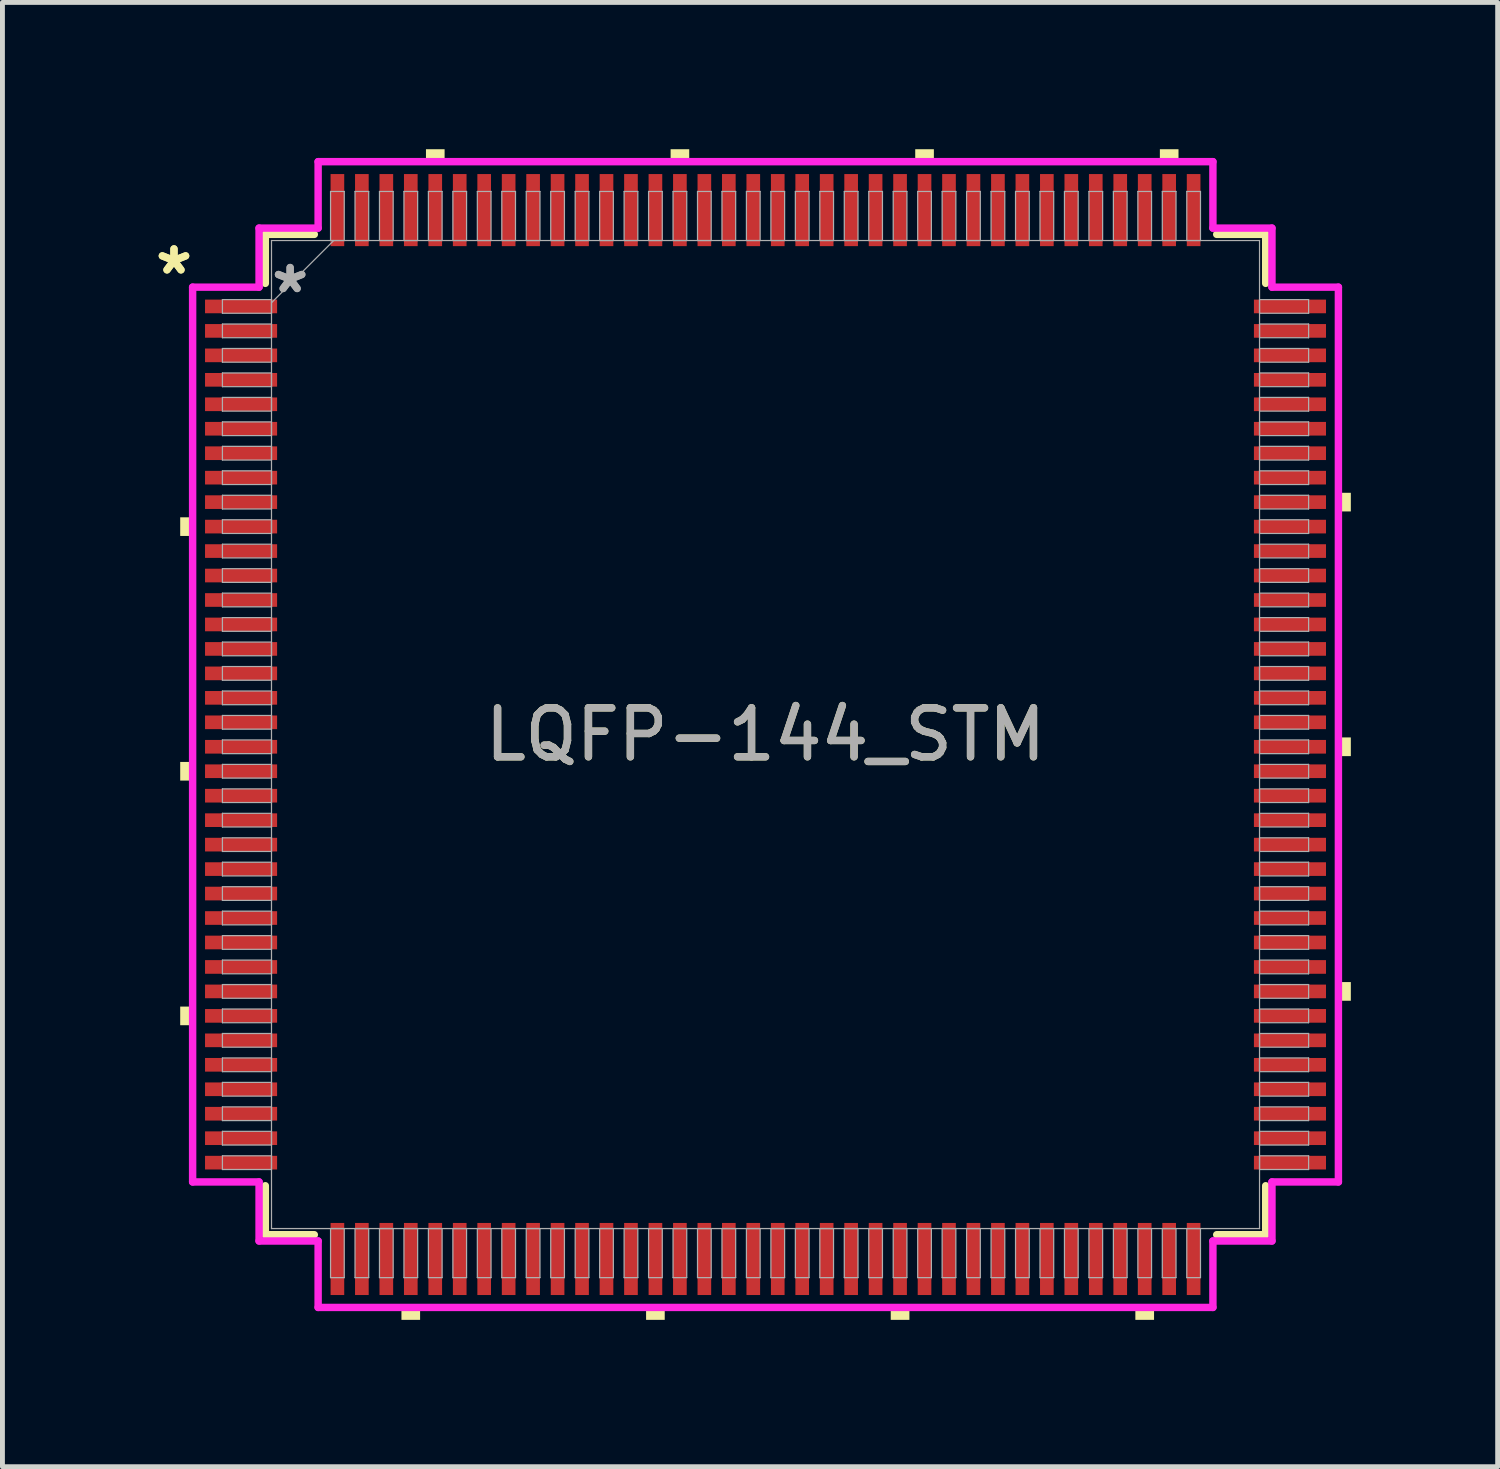
<source format=kicad_pcb>
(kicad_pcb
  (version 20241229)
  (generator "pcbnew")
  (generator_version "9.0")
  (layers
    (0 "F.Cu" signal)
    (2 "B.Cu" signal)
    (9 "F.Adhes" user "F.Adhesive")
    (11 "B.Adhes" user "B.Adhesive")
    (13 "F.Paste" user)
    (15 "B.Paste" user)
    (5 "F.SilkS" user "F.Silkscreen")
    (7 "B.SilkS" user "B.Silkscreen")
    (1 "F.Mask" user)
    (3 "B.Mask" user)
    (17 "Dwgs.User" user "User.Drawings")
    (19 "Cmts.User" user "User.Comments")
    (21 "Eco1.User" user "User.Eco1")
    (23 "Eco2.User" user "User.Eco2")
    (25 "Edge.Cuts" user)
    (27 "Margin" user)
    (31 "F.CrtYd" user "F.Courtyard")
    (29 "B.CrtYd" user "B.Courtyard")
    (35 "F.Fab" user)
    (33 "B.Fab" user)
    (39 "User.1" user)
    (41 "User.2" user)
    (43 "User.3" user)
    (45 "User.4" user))
  (footprint "LQFP-144_STM"
    (layer "F.Cu")
    (at 12.596 11.963)
    (property "Reference" "LQFP-144_STM" (at 0 0 0) (unlocked yes) (layer "F.SilkS") (effects (font (size 1 1) (thickness 0.15))))
    (attr smd)
    (fp_line (start -10.223 -10.223) (end -10.223 -9.222) (stroke (width 0.152) (type solid)) (layer "F.SilkS"))
    (fp_line (start -10.223 9.222) (end -10.223 10.223) (stroke (width 0.152) (type solid)) (layer "F.SilkS"))
    (fp_line (start -10.223 10.223) (end -9.222 10.223) (stroke (width 0.152) (type solid)) (layer "F.SilkS"))
    (fp_line (start -9.222 -10.223) (end -10.223 -10.223) (stroke (width 0.152) (type solid)) (layer "F.SilkS"))
    (fp_line (start 9.222 10.223) (end 10.223 10.223) (stroke (width 0.152) (type solid)) (layer "F.SilkS"))
    (fp_line (start 10.223 -10.223) (end 9.222 -10.223) (stroke (width 0.152) (type solid)) (layer "F.SilkS"))
    (fp_line (start 10.223 -9.222) (end 10.223 -10.223) (stroke (width 0.152) (type solid)) (layer "F.SilkS"))
    (fp_line (start 10.223 10.223) (end 10.223 9.222) (stroke (width 0.152) (type solid)) (layer "F.SilkS"))
    (fp_poly (pts (xy -11.963 -4.44) (xy -11.963 -4.059) (xy -11.709 -4.059) (xy -11.709 -4.44)) (stroke (width 0) (type solid)) (fill yes) (layer "F.SilkS"))
    (fp_poly (pts (xy -11.963 0.56) (xy -11.963 0.941) (xy -11.709 0.941) (xy -11.709 0.56)) (stroke (width 0) (type solid)) (fill yes) (layer "F.SilkS"))
    (fp_poly (pts (xy -11.963 5.56) (xy -11.963 5.941) (xy -11.709 5.941) (xy -11.709 5.56)) (stroke (width 0) (type solid)) (fill yes) (layer "F.SilkS"))
    (fp_poly (pts (xy -7.441 11.709) (xy -7.441 11.963) (xy -7.06 11.963) (xy -7.06 11.709)) (stroke (width 0) (type solid)) (fill yes) (layer "F.SilkS"))
    (fp_poly (pts (xy -6.94 -11.709) (xy -6.94 -11.963) (xy -6.559 -11.963) (xy -6.559 -11.709)) (stroke (width 0) (type solid)) (fill yes) (layer "F.SilkS"))
    (fp_poly (pts (xy -2.441 11.709) (xy -2.441 11.963) (xy -2.06 11.963) (xy -2.06 11.709)) (stroke (width 0) (type solid)) (fill yes) (layer "F.SilkS"))
    (fp_poly (pts (xy -1.94 -11.709) (xy -1.94 -11.963) (xy -1.559 -11.963) (xy -1.559 -11.709)) (stroke (width 0) (type solid)) (fill yes) (layer "F.SilkS"))
    (fp_poly (pts (xy 2.559 11.709) (xy 2.559 11.963) (xy 2.941 11.963) (xy 2.941 11.709)) (stroke (width 0) (type solid)) (fill yes) (layer "F.SilkS"))
    (fp_poly (pts (xy 3.06 -11.709) (xy 3.06 -11.963) (xy 3.441 -11.963) (xy 3.441 -11.709)) (stroke (width 0) (type solid)) (fill yes) (layer "F.SilkS"))
    (fp_poly (pts (xy 7.559 11.709) (xy 7.559 11.963) (xy 7.941 11.963) (xy 7.941 11.709)) (stroke (width 0) (type solid)) (fill yes) (layer "F.SilkS"))
    (fp_poly (pts (xy 8.06 -11.709) (xy 8.06 -11.963) (xy 8.441 -11.963) (xy 8.441 -11.709)) (stroke (width 0) (type solid)) (fill yes) (layer "F.SilkS"))
    (fp_poly (pts (xy 11.963 -4.941) (xy 11.963 -4.56) (xy 11.709 -4.56) (xy 11.709 -4.941)) (stroke (width 0) (type solid)) (fill yes) (layer "F.SilkS"))
    (fp_poly (pts (xy 11.963 0.059) (xy 11.963 0.441) (xy 11.709 0.441) (xy 11.709 0.059)) (stroke (width 0) (type solid)) (fill yes) (layer "F.SilkS"))
    (fp_poly (pts (xy 11.963 5.059) (xy 11.963 5.441) (xy 11.709 5.441) (xy 11.709 5.059)) (stroke (width 0) (type solid)) (fill yes) (layer "F.SilkS"))
    (fp_line (start -11.709 -9.144) (end -10.351 -9.144) (stroke (width 0.152) (type solid)) (layer "F.CrtYd"))
    (fp_line (start -11.709 9.144) (end -11.709 -9.144) (stroke (width 0.152) (type solid)) (layer "F.CrtYd"))
    (fp_line (start -10.351 -10.351) (end -9.144 -10.351) (stroke (width 0.152) (type solid)) (layer "F.CrtYd"))
    (fp_line (start -10.351 -9.144) (end -10.351 -10.351) (stroke (width 0.152) (type solid)) (layer "F.CrtYd"))
    (fp_line (start -10.351 9.144) (end -11.709 9.144) (stroke (width 0.152) (type solid)) (layer "F.CrtYd"))
    (fp_line (start -10.351 10.351) (end -10.351 9.144) (stroke (width 0.152) (type solid)) (layer "F.CrtYd"))
    (fp_line (start -10.351 10.351) (end -9.144 10.351) (stroke (width 0.152) (type solid)) (layer "F.CrtYd"))
    (fp_line (start -9.144 -11.709) (end 9.144 -11.709) (stroke (width 0.152) (type solid)) (layer "F.CrtYd"))
    (fp_line (start -9.144 -10.351) (end -9.144 -11.709) (stroke (width 0.152) (type solid)) (layer "F.CrtYd"))
    (fp_line (start -9.144 10.351) (end -9.144 11.709) (stroke (width 0.152) (type solid)) (layer "F.CrtYd"))
    (fp_line (start -9.144 11.709) (end 9.144 11.709) (stroke (width 0.152) (type solid)) (layer "F.CrtYd"))
    (fp_line (start 9.144 -11.709) (end 9.144 -10.351) (stroke (width 0.152) (type solid)) (layer "F.CrtYd"))
    (fp_line (start 9.144 -10.351) (end 10.351 -10.351) (stroke (width 0.152) (type solid)) (layer "F.CrtYd"))
    (fp_line (start 9.144 10.351) (end 10.351 10.351) (stroke (width 0.152) (type solid)) (layer "F.CrtYd"))
    (fp_line (start 9.144 11.709) (end 9.144 10.351) (stroke (width 0.152) (type solid)) (layer "F.CrtYd"))
    (fp_line (start 10.351 -9.144) (end 10.351 -10.351) (stroke (width 0.152) (type solid)) (layer "F.CrtYd"))
    (fp_line (start 10.351 9.144) (end 11.709 9.144) (stroke (width 0.152) (type solid)) (layer "F.CrtYd"))
    (fp_line (start 10.351 10.351) (end 10.351 9.144) (stroke (width 0.152) (type solid)) (layer "F.CrtYd"))
    (fp_line (start 11.709 -9.144) (end 10.351 -9.144) (stroke (width 0.152) (type solid)) (layer "F.CrtYd"))
    (fp_line (start 11.709 9.144) (end 11.709 -9.144) (stroke (width 0.152) (type solid)) (layer "F.CrtYd"))
    (fp_line (start -11.1 -8.89) (end -11.1 -8.61) (stroke (width 0.025) (type solid)) (layer "F.Fab"))
    (fp_line (start -11.1 -8.61) (end -10.097 -8.61) (stroke (width 0.025) (type solid)) (layer "F.Fab"))
    (fp_line (start -11.1 -8.39) (end -11.1 -8.11) (stroke (width 0.025) (type solid)) (layer "F.Fab"))
    (fp_line (start -11.1 -8.11) (end -10.097 -8.11) (stroke (width 0.025) (type solid)) (layer "F.Fab"))
    (fp_line (start -11.1 -7.89) (end -11.1 -7.61) (stroke (width 0.025) (type solid)) (layer "F.Fab"))
    (fp_line (start -11.1 -7.61) (end -10.097 -7.61) (stroke (width 0.025) (type solid)) (layer "F.Fab"))
    (fp_line (start -11.1 -7.39) (end -11.1 -7.11) (stroke (width 0.025) (type solid)) (layer "F.Fab"))
    (fp_line (start -11.1 -7.11) (end -10.097 -7.11) (stroke (width 0.025) (type solid)) (layer "F.Fab"))
    (fp_line (start -11.1 -6.89) (end -11.1 -6.61) (stroke (width 0.025) (type solid)) (layer "F.Fab"))
    (fp_line (start -11.1 -6.61) (end -10.097 -6.61) (stroke (width 0.025) (type solid)) (layer "F.Fab"))
    (fp_line (start -11.1 -6.39) (end -11.1 -6.11) (stroke (width 0.025) (type solid)) (layer "F.Fab"))
    (fp_line (start -11.1 -6.11) (end -10.097 -6.11) (stroke (width 0.025) (type solid)) (layer "F.Fab"))
    (fp_line (start -11.1 -5.89) (end -11.1 -5.61) (stroke (width 0.025) (type solid)) (layer "F.Fab"))
    (fp_line (start -11.1 -5.61) (end -10.097 -5.61) (stroke (width 0.025) (type solid)) (layer "F.Fab"))
    (fp_line (start -11.1 -5.39) (end -11.1 -5.11) (stroke (width 0.025) (type solid)) (layer "F.Fab"))
    (fp_line (start -11.1 -5.11) (end -10.097 -5.11) (stroke (width 0.025) (type solid)) (layer "F.Fab"))
    (fp_line (start -11.1 -4.89) (end -11.1 -4.61) (stroke (width 0.025) (type solid)) (layer "F.Fab"))
    (fp_line (start -11.1 -4.61) (end -10.097 -4.61) (stroke (width 0.025) (type solid)) (layer "F.Fab"))
    (fp_line (start -11.1 -4.39) (end -11.1 -4.11) (stroke (width 0.025) (type solid)) (layer "F.Fab"))
    (fp_line (start -11.1 -4.11) (end -10.097 -4.11) (stroke (width 0.025) (type solid)) (layer "F.Fab"))
    (fp_line (start -11.1 -3.89) (end -11.1 -3.61) (stroke (width 0.025) (type solid)) (layer "F.Fab"))
    (fp_line (start -11.1 -3.61) (end -10.097 -3.61) (stroke (width 0.025) (type solid)) (layer "F.Fab"))
    (fp_line (start -11.1 -3.39) (end -11.1 -3.11) (stroke (width 0.025) (type solid)) (layer "F.Fab"))
    (fp_line (start -11.1 -3.11) (end -10.097 -3.11) (stroke (width 0.025) (type solid)) (layer "F.Fab"))
    (fp_line (start -11.1 -2.89) (end -11.1 -2.61) (stroke (width 0.025) (type solid)) (layer "F.Fab"))
    (fp_line (start -11.1 -2.61) (end -10.097 -2.61) (stroke (width 0.025) (type solid)) (layer "F.Fab"))
    (fp_line (start -11.1 -2.39) (end -11.1 -2.11) (stroke (width 0.025) (type solid)) (layer "F.Fab"))
    (fp_line (start -11.1 -2.11) (end -10.097 -2.11) (stroke (width 0.025) (type solid)) (layer "F.Fab"))
    (fp_line (start -11.1 -1.89) (end -11.1 -1.61) (stroke (width 0.025) (type solid)) (layer "F.Fab"))
    (fp_line (start -11.1 -1.61) (end -10.097 -1.61) (stroke (width 0.025) (type solid)) (layer "F.Fab"))
    (fp_line (start -11.1 -1.39) (end -11.1 -1.11) (stroke (width 0.025) (type solid)) (layer "F.Fab"))
    (fp_line (start -11.1 -1.11) (end -10.097 -1.11) (stroke (width 0.025) (type solid)) (layer "F.Fab"))
    (fp_line (start -11.1 -0.89) (end -11.1 -0.61) (stroke (width 0.025) (type solid)) (layer "F.Fab"))
    (fp_line (start -11.1 -0.61) (end -10.097 -0.61) (stroke (width 0.025) (type solid)) (layer "F.Fab"))
    (fp_line (start -11.1 -0.39) (end -11.1 -0.11) (stroke (width 0.025) (type solid)) (layer "F.Fab"))
    (fp_line (start -11.1 -0.11) (end -10.097 -0.11) (stroke (width 0.025) (type solid)) (layer "F.Fab"))
    (fp_line (start -11.1 0.11) (end -11.1 0.39) (stroke (width 0.025) (type solid)) (layer "F.Fab"))
    (fp_line (start -11.1 0.39) (end -10.097 0.39) (stroke (width 0.025) (type solid)) (layer "F.Fab"))
    (fp_line (start -11.1 0.61) (end -11.1 0.89) (stroke (width 0.025) (type solid)) (layer "F.Fab"))
    (fp_line (start -11.1 0.89) (end -10.097 0.89) (stroke (width 0.025) (type solid)) (layer "F.Fab"))
    (fp_line (start -11.1 1.11) (end -11.1 1.39) (stroke (width 0.025) (type solid)) (layer "F.Fab"))
    (fp_line (start -11.1 1.39) (end -10.097 1.39) (stroke (width 0.025) (type solid)) (layer "F.Fab"))
    (fp_line (start -11.1 1.61) (end -11.1 1.89) (stroke (width 0.025) (type solid)) (layer "F.Fab"))
    (fp_line (start -11.1 1.89) (end -10.097 1.89) (stroke (width 0.025) (type solid)) (layer "F.Fab"))
    (fp_line (start -11.1 2.11) (end -11.1 2.39) (stroke (width 0.025) (type solid)) (layer "F.Fab"))
    (fp_line (start -11.1 2.39) (end -10.097 2.39) (stroke (width 0.025) (type solid)) (layer "F.Fab"))
    (fp_line (start -11.1 2.61) (end -11.1 2.89) (stroke (width 0.025) (type solid)) (layer "F.Fab"))
    (fp_line (start -11.1 2.89) (end -10.097 2.89) (stroke (width 0.025) (type solid)) (layer "F.Fab"))
    (fp_line (start -11.1 3.11) (end -11.1 3.39) (stroke (width 0.025) (type solid)) (layer "F.Fab"))
    (fp_line (start -11.1 3.39) (end -10.097 3.39) (stroke (width 0.025) (type solid)) (layer "F.Fab"))
    (fp_line (start -11.1 3.61) (end -11.1 3.89) (stroke (width 0.025) (type solid)) (layer "F.Fab"))
    (fp_line (start -11.1 3.89) (end -10.097 3.89) (stroke (width 0.025) (type solid)) (layer "F.Fab"))
    (fp_line (start -11.1 4.11) (end -11.1 4.39) (stroke (width 0.025) (type solid)) (layer "F.Fab"))
    (fp_line (start -11.1 4.39) (end -10.097 4.39) (stroke (width 0.025) (type solid)) (layer "F.Fab"))
    (fp_line (start -11.1 4.61) (end -11.1 4.89) (stroke (width 0.025) (type solid)) (layer "F.Fab"))
    (fp_line (start -11.1 4.89) (end -10.097 4.89) (stroke (width 0.025) (type solid)) (layer "F.Fab"))
    (fp_line (start -11.1 5.11) (end -11.1 5.39) (stroke (width 0.025) (type solid)) (layer "F.Fab"))
    (fp_line (start -11.1 5.39) (end -10.097 5.39) (stroke (width 0.025) (type solid)) (layer "F.Fab"))
    (fp_line (start -11.1 5.61) (end -11.1 5.89) (stroke (width 0.025) (type solid)) (layer "F.Fab"))
    (fp_line (start -11.1 5.89) (end -10.097 5.89) (stroke (width 0.025) (type solid)) (layer "F.Fab"))
    (fp_line (start -11.1 6.11) (end -11.1 6.39) (stroke (width 0.025) (type solid)) (layer "F.Fab"))
    (fp_line (start -11.1 6.39) (end -10.097 6.39) (stroke (width 0.025) (type solid)) (layer "F.Fab"))
    (fp_line (start -11.1 6.61) (end -11.1 6.89) (stroke (width 0.025) (type solid)) (layer "F.Fab"))
    (fp_line (start -11.1 6.89) (end -10.097 6.89) (stroke (width 0.025) (type solid)) (layer "F.Fab"))
    (fp_line (start -11.1 7.11) (end -11.1 7.39) (stroke (width 0.025) (type solid)) (layer "F.Fab"))
    (fp_line (start -11.1 7.39) (end -10.097 7.39) (stroke (width 0.025) (type solid)) (layer "F.Fab"))
    (fp_line (start -11.1 7.61) (end -11.1 7.89) (stroke (width 0.025) (type solid)) (layer "F.Fab"))
    (fp_line (start -11.1 7.89) (end -10.097 7.89) (stroke (width 0.025) (type solid)) (layer "F.Fab"))
    (fp_line (start -11.1 8.11) (end -11.1 8.39) (stroke (width 0.025) (type solid)) (layer "F.Fab"))
    (fp_line (start -11.1 8.39) (end -10.097 8.39) (stroke (width 0.025) (type solid)) (layer "F.Fab"))
    (fp_line (start -11.1 8.61) (end -11.1 8.89) (stroke (width 0.025) (type solid)) (layer "F.Fab"))
    (fp_line (start -11.1 8.89) (end -10.097 8.89) (stroke (width 0.025) (type solid)) (layer "F.Fab"))
    (fp_line (start -10.097 -10.097) (end -10.097 -10.097) (stroke (width 0.025) (type solid)) (layer "F.Fab"))
    (fp_line (start -10.097 -10.097) (end -10.097 10.097) (stroke (width 0.025) (type solid)) (layer "F.Fab"))
    (fp_line (start -10.097 -8.89) (end -11.1 -8.89) (stroke (width 0.025) (type solid)) (layer "F.Fab"))
    (fp_line (start -10.097 -8.826) (end -8.826 -10.097) (stroke (width 0.025) (type solid)) (layer "F.Fab"))
    (fp_line (start -10.097 -8.61) (end -10.097 -8.89) (stroke (width 0.025) (type solid)) (layer "F.Fab"))
    (fp_line (start -10.097 -8.39) (end -11.1 -8.39) (stroke (width 0.025) (type solid)) (layer "F.Fab"))
    (fp_line (start -10.097 -8.11) (end -10.097 -8.39) (stroke (width 0.025) (type solid)) (layer "F.Fab"))
    (fp_line (start -10.097 -7.89) (end -11.1 -7.89) (stroke (width 0.025) (type solid)) (layer "F.Fab"))
    (fp_line (start -10.097 -7.61) (end -10.097 -7.89) (stroke (width 0.025) (type solid)) (layer "F.Fab"))
    (fp_line (start -10.097 -7.39) (end -11.1 -7.39) (stroke (width 0.025) (type solid)) (layer "F.Fab"))
    (fp_line (start -10.097 -7.11) (end -10.097 -7.39) (stroke (width 0.025) (type solid)) (layer "F.Fab"))
    (fp_line (start -10.097 -6.89) (end -11.1 -6.89) (stroke (width 0.025) (type solid)) (layer "F.Fab"))
    (fp_line (start -10.097 -6.61) (end -10.097 -6.89) (stroke (width 0.025) (type solid)) (layer "F.Fab"))
    (fp_line (start -10.097 -6.39) (end -11.1 -6.39) (stroke (width 0.025) (type solid)) (layer "F.Fab"))
    (fp_line (start -10.097 -6.11) (end -10.097 -6.39) (stroke (width 0.025) (type solid)) (layer "F.Fab"))
    (fp_line (start -10.097 -5.89) (end -11.1 -5.89) (stroke (width 0.025) (type solid)) (layer "F.Fab"))
    (fp_line (start -10.097 -5.61) (end -10.097 -5.89) (stroke (width 0.025) (type solid)) (layer "F.Fab"))
    (fp_line (start -10.097 -5.39) (end -11.1 -5.39) (stroke (width 0.025) (type solid)) (layer "F.Fab"))
    (fp_line (start -10.097 -5.11) (end -10.097 -5.39) (stroke (width 0.025) (type solid)) (layer "F.Fab"))
    (fp_line (start -10.097 -4.89) (end -11.1 -4.89) (stroke (width 0.025) (type solid)) (layer "F.Fab"))
    (fp_line (start -10.097 -4.61) (end -10.097 -4.89) (stroke (width 0.025) (type solid)) (layer "F.Fab"))
    (fp_line (start -10.097 -4.39) (end -11.1 -4.39) (stroke (width 0.025) (type solid)) (layer "F.Fab"))
    (fp_line (start -10.097 -4.11) (end -10.097 -4.39) (stroke (width 0.025) (type solid)) (layer "F.Fab"))
    (fp_line (start -10.097 -3.89) (end -11.1 -3.89) (stroke (width 0.025) (type solid)) (layer "F.Fab"))
    (fp_line (start -10.097 -3.61) (end -10.097 -3.89) (stroke (width 0.025) (type solid)) (layer "F.Fab"))
    (fp_line (start -10.097 -3.39) (end -11.1 -3.39) (stroke (width 0.025) (type solid)) (layer "F.Fab"))
    (fp_line (start -10.097 -3.11) (end -10.097 -3.39) (stroke (width 0.025) (type solid)) (layer "F.Fab"))
    (fp_line (start -10.097 -2.89) (end -11.1 -2.89) (stroke (width 0.025) (type solid)) (layer "F.Fab"))
    (fp_line (start -10.097 -2.61) (end -10.097 -2.89) (stroke (width 0.025) (type solid)) (layer "F.Fab"))
    (fp_line (start -10.097 -2.39) (end -11.1 -2.39) (stroke (width 0.025) (type solid)) (layer "F.Fab"))
    (fp_line (start -10.097 -2.11) (end -10.097 -2.39) (stroke (width 0.025) (type solid)) (layer "F.Fab"))
    (fp_line (start -10.097 -1.89) (end -11.1 -1.89) (stroke (width 0.025) (type solid)) (layer "F.Fab"))
    (fp_line (start -10.097 -1.61) (end -10.097 -1.89) (stroke (width 0.025) (type solid)) (layer "F.Fab"))
    (fp_line (start -10.097 -1.39) (end -11.1 -1.39) (stroke (width 0.025) (type solid)) (layer "F.Fab"))
    (fp_line (start -10.097 -1.11) (end -10.097 -1.39) (stroke (width 0.025) (type solid)) (layer "F.Fab"))
    (fp_line (start -10.097 -0.89) (end -11.1 -0.89) (stroke (width 0.025) (type solid)) (layer "F.Fab"))
    (fp_line (start -10.097 -0.61) (end -10.097 -0.89) (stroke (width 0.025) (type solid)) (layer "F.Fab"))
    (fp_line (start -10.097 -0.39) (end -11.1 -0.39) (stroke (width 0.025) (type solid)) (layer "F.Fab"))
    (fp_line (start -10.097 -0.11) (end -10.097 -0.39) (stroke (width 0.025) (type solid)) (layer "F.Fab"))
    (fp_line (start -10.097 0.11) (end -11.1 0.11) (stroke (width 0.025) (type solid)) (layer "F.Fab"))
    (fp_line (start -10.097 0.39) (end -10.097 0.11) (stroke (width 0.025) (type solid)) (layer "F.Fab"))
    (fp_line (start -10.097 0.61) (end -11.1 0.61) (stroke (width 0.025) (type solid)) (layer "F.Fab"))
    (fp_line (start -10.097 0.89) (end -10.097 0.61) (stroke (width 0.025) (type solid)) (layer "F.Fab"))
    (fp_line (start -10.097 1.11) (end -11.1 1.11) (stroke (width 0.025) (type solid)) (layer "F.Fab"))
    (fp_line (start -10.097 1.39) (end -10.097 1.11) (stroke (width 0.025) (type solid)) (layer "F.Fab"))
    (fp_line (start -10.097 1.61) (end -11.1 1.61) (stroke (width 0.025) (type solid)) (layer "F.Fab"))
    (fp_line (start -10.097 1.89) (end -10.097 1.61) (stroke (width 0.025) (type solid)) (layer "F.Fab"))
    (fp_line (start -10.097 2.11) (end -11.1 2.11) (stroke (width 0.025) (type solid)) (layer "F.Fab"))
    (fp_line (start -10.097 2.39) (end -10.097 2.11) (stroke (width 0.025) (type solid)) (layer "F.Fab"))
    (fp_line (start -10.097 2.61) (end -11.1 2.61) (stroke (width 0.025) (type solid)) (layer "F.Fab"))
    (fp_line (start -10.097 2.89) (end -10.097 2.61) (stroke (width 0.025) (type solid)) (layer "F.Fab"))
    (fp_line (start -10.097 3.11) (end -11.1 3.11) (stroke (width 0.025) (type solid)) (layer "F.Fab"))
    (fp_line (start -10.097 3.39) (end -10.097 3.11) (stroke (width 0.025) (type solid)) (layer "F.Fab"))
    (fp_line (start -10.097 3.61) (end -11.1 3.61) (stroke (width 0.025) (type solid)) (layer "F.Fab"))
    (fp_line (start -10.097 3.89) (end -10.097 3.61) (stroke (width 0.025) (type solid)) (layer "F.Fab"))
    (fp_line (start -10.097 4.11) (end -11.1 4.11) (stroke (width 0.025) (type solid)) (layer "F.Fab"))
    (fp_line (start -10.097 4.39) (end -10.097 4.11) (stroke (width 0.025) (type solid)) (layer "F.Fab"))
    (fp_line (start -10.097 4.61) (end -11.1 4.61) (stroke (width 0.025) (type solid)) (layer "F.Fab"))
    (fp_line (start -10.097 4.89) (end -10.097 4.61) (stroke (width 0.025) (type solid)) (layer "F.Fab"))
    (fp_line (start -10.097 5.11) (end -11.1 5.11) (stroke (width 0.025) (type solid)) (layer "F.Fab"))
    (fp_line (start -10.097 5.39) (end -10.097 5.11) (stroke (width 0.025) (type solid)) (layer "F.Fab"))
    (fp_line (start -10.097 5.61) (end -11.1 5.61) (stroke (width 0.025) (type solid)) (layer "F.Fab"))
    (fp_line (start -10.097 5.89) (end -10.097 5.61) (stroke (width 0.025) (type solid)) (layer "F.Fab"))
    (fp_line (start -10.097 6.11) (end -11.1 6.11) (stroke (width 0.025) (type solid)) (layer "F.Fab"))
    (fp_line (start -10.097 6.39) (end -10.097 6.11) (stroke (width 0.025) (type solid)) (layer "F.Fab"))
    (fp_line (start -10.097 6.61) (end -11.1 6.61) (stroke (width 0.025) (type solid)) (layer "F.Fab"))
    (fp_line (start -10.097 6.89) (end -10.097 6.61) (stroke (width 0.025) (type solid)) (layer "F.Fab"))
    (fp_line (start -10.097 7.11) (end -11.1 7.11) (stroke (width 0.025) (type solid)) (layer "F.Fab"))
    (fp_line (start -10.097 7.39) (end -10.097 7.11) (stroke (width 0.025) (type solid)) (layer "F.Fab"))
    (fp_line (start -10.097 7.61) (end -11.1 7.61) (stroke (width 0.025) (type solid)) (layer "F.Fab"))
    (fp_line (start -10.097 7.89) (end -10.097 7.61) (stroke (width 0.025) (type solid)) (layer "F.Fab"))
    (fp_line (start -10.097 8.11) (end -11.1 8.11) (stroke (width 0.025) (type solid)) (layer "F.Fab"))
    (fp_line (start -10.097 8.39) (end -10.097 8.11) (stroke (width 0.025) (type solid)) (layer "F.Fab"))
    (fp_line (start -10.097 8.61) (end -11.1 8.61) (stroke (width 0.025) (type solid)) (layer "F.Fab"))
    (fp_line (start -10.097 8.89) (end -10.097 8.61) (stroke (width 0.025) (type solid)) (layer "F.Fab"))
    (fp_line (start -10.097 10.097) (end -10.097 10.097) (stroke (width 0.025) (type solid)) (layer "F.Fab"))
    (fp_line (start -10.097 10.097) (end 10.097 10.097) (stroke (width 0.025) (type solid)) (layer "F.Fab"))
    (fp_line (start -8.89 -11.1) (end -8.89 -10.097) (stroke (width 0.025) (type solid)) (layer "F.Fab"))
    (fp_line (start -8.89 -10.097) (end -8.61 -10.097) (stroke (width 0.025) (type solid)) (layer "F.Fab"))
    (fp_line (start -8.89 10.097) (end -8.89 11.1) (stroke (width 0.025) (type solid)) (layer "F.Fab"))
    (fp_line (start -8.89 11.1) (end -8.61 11.1) (stroke (width 0.025) (type solid)) (layer "F.Fab"))
    (fp_line (start -8.61 -11.1) (end -8.89 -11.1) (stroke (width 0.025) (type solid)) (layer "F.Fab"))
    (fp_line (start -8.61 -10.097) (end -8.61 -11.1) (stroke (width 0.025) (type solid)) (layer "F.Fab"))
    (fp_line (start -8.61 10.097) (end -8.89 10.097) (stroke (width 0.025) (type solid)) (layer "F.Fab"))
    (fp_line (start -8.61 11.1) (end -8.61 10.097) (stroke (width 0.025) (type solid)) (layer "F.Fab"))
    (fp_line (start -8.39 -11.1) (end -8.39 -10.097) (stroke (width 0.025) (type solid)) (layer "F.Fab"))
    (fp_line (start -8.39 -10.097) (end -8.11 -10.097) (stroke (width 0.025) (type solid)) (layer "F.Fab"))
    (fp_line (start -8.39 10.097) (end -8.39 11.1) (stroke (width 0.025) (type solid)) (layer "F.Fab"))
    (fp_line (start -8.39 11.1) (end -8.11 11.1) (stroke (width 0.025) (type solid)) (layer "F.Fab"))
    (fp_line (start -8.11 -11.1) (end -8.39 -11.1) (stroke (width 0.025) (type solid)) (layer "F.Fab"))
    (fp_line (start -8.11 -10.097) (end -8.11 -11.1) (stroke (width 0.025) (type solid)) (layer "F.Fab"))
    (fp_line (start -8.11 10.097) (end -8.39 10.097) (stroke (width 0.025) (type solid)) (layer "F.Fab"))
    (fp_line (start -8.11 11.1) (end -8.11 10.097) (stroke (width 0.025) (type solid)) (layer "F.Fab"))
    (fp_line (start -7.89 -11.1) (end -7.89 -10.097) (stroke (width 0.025) (type solid)) (layer "F.Fab"))
    (fp_line (start -7.89 -10.097) (end -7.61 -10.097) (stroke (width 0.025) (type solid)) (layer "F.Fab"))
    (fp_line (start -7.89 10.097) (end -7.89 11.1) (stroke (width 0.025) (type solid)) (layer "F.Fab"))
    (fp_line (start -7.89 11.1) (end -7.61 11.1) (stroke (width 0.025) (type solid)) (layer "F.Fab"))
    (fp_line (start -7.61 -11.1) (end -7.89 -11.1) (stroke (width 0.025) (type solid)) (layer "F.Fab"))
    (fp_line (start -7.61 -10.097) (end -7.61 -11.1) (stroke (width 0.025) (type solid)) (layer "F.Fab"))
    (fp_line (start -7.61 10.097) (end -7.89 10.097) (stroke (width 0.025) (type solid)) (layer "F.Fab"))
    (fp_line (start -7.61 11.1) (end -7.61 10.097) (stroke (width 0.025) (type solid)) (layer "F.Fab"))
    (fp_line (start -7.39 -11.1) (end -7.39 -10.097) (stroke (width 0.025) (type solid)) (layer "F.Fab"))
    (fp_line (start -7.39 -10.097) (end -7.11 -10.097) (stroke (width 0.025) (type solid)) (layer "F.Fab"))
    (fp_line (start -7.39 10.097) (end -7.39 11.1) (stroke (width 0.025) (type solid)) (layer "F.Fab"))
    (fp_line (start -7.39 11.1) (end -7.11 11.1) (stroke (width 0.025) (type solid)) (layer "F.Fab"))
    (fp_line (start -7.11 -11.1) (end -7.39 -11.1) (stroke (width 0.025) (type solid)) (layer "F.Fab"))
    (fp_line (start -7.11 -10.097) (end -7.11 -11.1) (stroke (width 0.025) (type solid)) (layer "F.Fab"))
    (fp_line (start -7.11 10.097) (end -7.39 10.097) (stroke (width 0.025) (type solid)) (layer "F.Fab"))
    (fp_line (start -7.11 11.1) (end -7.11 10.097) (stroke (width 0.025) (type solid)) (layer "F.Fab"))
    (fp_line (start -6.89 -11.1) (end -6.89 -10.097) (stroke (width 0.025) (type solid)) (layer "F.Fab"))
    (fp_line (start -6.89 -10.097) (end -6.61 -10.097) (stroke (width 0.025) (type solid)) (layer "F.Fab"))
    (fp_line (start -6.89 10.097) (end -6.89 11.1) (stroke (width 0.025) (type solid)) (layer "F.Fab"))
    (fp_line (start -6.89 11.1) (end -6.61 11.1) (stroke (width 0.025) (type solid)) (layer "F.Fab"))
    (fp_line (start -6.61 -11.1) (end -6.89 -11.1) (stroke (width 0.025) (type solid)) (layer "F.Fab"))
    (fp_line (start -6.61 -10.097) (end -6.61 -11.1) (stroke (width 0.025) (type solid)) (layer "F.Fab"))
    (fp_line (start -6.61 10.097) (end -6.89 10.097) (stroke (width 0.025) (type solid)) (layer "F.Fab"))
    (fp_line (start -6.61 11.1) (end -6.61 10.097) (stroke (width 0.025) (type solid)) (layer "F.Fab"))
    (fp_line (start -6.39 -11.1) (end -6.39 -10.097) (stroke (width 0.025) (type solid)) (layer "F.Fab"))
    (fp_line (start -6.39 -10.097) (end -6.11 -10.097) (stroke (width 0.025) (type solid)) (layer "F.Fab"))
    (fp_line (start -6.39 10.097) (end -6.39 11.1) (stroke (width 0.025) (type solid)) (layer "F.Fab"))
    (fp_line (start -6.39 11.1) (end -6.11 11.1) (stroke (width 0.025) (type solid)) (layer "F.Fab"))
    (fp_line (start -6.11 -11.1) (end -6.39 -11.1) (stroke (width 0.025) (type solid)) (layer "F.Fab"))
    (fp_line (start -6.11 -10.097) (end -6.11 -11.1) (stroke (width 0.025) (type solid)) (layer "F.Fab"))
    (fp_line (start -6.11 10.097) (end -6.39 10.097) (stroke (width 0.025) (type solid)) (layer "F.Fab"))
    (fp_line (start -6.11 11.1) (end -6.11 10.097) (stroke (width 0.025) (type solid)) (layer "F.Fab"))
    (fp_line (start -5.89 -11.1) (end -5.89 -10.097) (stroke (width 0.025) (type solid)) (layer "F.Fab"))
    (fp_line (start -5.89 -10.097) (end -5.61 -10.097) (stroke (width 0.025) (type solid)) (layer "F.Fab"))
    (fp_line (start -5.89 10.097) (end -5.89 11.1) (stroke (width 0.025) (type solid)) (layer "F.Fab"))
    (fp_line (start -5.89 11.1) (end -5.61 11.1) (stroke (width 0.025) (type solid)) (layer "F.Fab"))
    (fp_line (start -5.61 -11.1) (end -5.89 -11.1) (stroke (width 0.025) (type solid)) (layer "F.Fab"))
    (fp_line (start -5.61 -10.097) (end -5.61 -11.1) (stroke (width 0.025) (type solid)) (layer "F.Fab"))
    (fp_line (start -5.61 10.097) (end -5.89 10.097) (stroke (width 0.025) (type solid)) (layer "F.Fab"))
    (fp_line (start -5.61 11.1) (end -5.61 10.097) (stroke (width 0.025) (type solid)) (layer "F.Fab"))
    (fp_line (start -5.39 -11.1) (end -5.39 -10.097) (stroke (width 0.025) (type solid)) (layer "F.Fab"))
    (fp_line (start -5.39 -10.097) (end -5.11 -10.097) (stroke (width 0.025) (type solid)) (layer "F.Fab"))
    (fp_line (start -5.39 10.097) (end -5.39 11.1) (stroke (width 0.025) (type solid)) (layer "F.Fab"))
    (fp_line (start -5.39 11.1) (end -5.11 11.1) (stroke (width 0.025) (type solid)) (layer "F.Fab"))
    (fp_line (start -5.11 -11.1) (end -5.39 -11.1) (stroke (width 0.025) (type solid)) (layer "F.Fab"))
    (fp_line (start -5.11 -10.097) (end -5.11 -11.1) (stroke (width 0.025) (type solid)) (layer "F.Fab"))
    (fp_line (start -5.11 10.097) (end -5.39 10.097) (stroke (width 0.025) (type solid)) (layer "F.Fab"))
    (fp_line (start -5.11 11.1) (end -5.11 10.097) (stroke (width 0.025) (type solid)) (layer "F.Fab"))
    (fp_line (start -4.89 -11.1) (end -4.89 -10.097) (stroke (width 0.025) (type solid)) (layer "F.Fab"))
    (fp_line (start -4.89 -10.097) (end -4.61 -10.097) (stroke (width 0.025) (type solid)) (layer "F.Fab"))
    (fp_line (start -4.89 10.097) (end -4.89 11.1) (stroke (width 0.025) (type solid)) (layer "F.Fab"))
    (fp_line (start -4.89 11.1) (end -4.61 11.1) (stroke (width 0.025) (type solid)) (layer "F.Fab"))
    (fp_line (start -4.61 -11.1) (end -4.89 -11.1) (stroke (width 0.025) (type solid)) (layer "F.Fab"))
    (fp_line (start -4.61 -10.097) (end -4.61 -11.1) (stroke (width 0.025) (type solid)) (layer "F.Fab"))
    (fp_line (start -4.61 10.097) (end -4.89 10.097) (stroke (width 0.025) (type solid)) (layer "F.Fab"))
    (fp_line (start -4.61 11.1) (end -4.61 10.097) (stroke (width 0.025) (type solid)) (layer "F.Fab"))
    (fp_line (start -4.39 -11.1) (end -4.39 -10.097) (stroke (width 0.025) (type solid)) (layer "F.Fab"))
    (fp_line (start -4.39 -10.097) (end -4.11 -10.097) (stroke (width 0.025) (type solid)) (layer "F.Fab"))
    (fp_line (start -4.39 10.097) (end -4.39 11.1) (stroke (width 0.025) (type solid)) (layer "F.Fab"))
    (fp_line (start -4.39 11.1) (end -4.11 11.1) (stroke (width 0.025) (type solid)) (layer "F.Fab"))
    (fp_line (start -4.11 -11.1) (end -4.39 -11.1) (stroke (width 0.025) (type solid)) (layer "F.Fab"))
    (fp_line (start -4.11 -10.097) (end -4.11 -11.1) (stroke (width 0.025) (type solid)) (layer "F.Fab"))
    (fp_line (start -4.11 10.097) (end -4.39 10.097) (stroke (width 0.025) (type solid)) (layer "F.Fab"))
    (fp_line (start -4.11 11.1) (end -4.11 10.097) (stroke (width 0.025) (type solid)) (layer "F.Fab"))
    (fp_line (start -3.89 -11.1) (end -3.89 -10.097) (stroke (width 0.025) (type solid)) (layer "F.Fab"))
    (fp_line (start -3.89 -10.097) (end -3.61 -10.097) (stroke (width 0.025) (type solid)) (layer "F.Fab"))
    (fp_line (start -3.89 10.097) (end -3.89 11.1) (stroke (width 0.025) (type solid)) (layer "F.Fab"))
    (fp_line (start -3.89 11.1) (end -3.61 11.1) (stroke (width 0.025) (type solid)) (layer "F.Fab"))
    (fp_line (start -3.61 -11.1) (end -3.89 -11.1) (stroke (width 0.025) (type solid)) (layer "F.Fab"))
    (fp_line (start -3.61 -10.097) (end -3.61 -11.1) (stroke (width 0.025) (type solid)) (layer "F.Fab"))
    (fp_line (start -3.61 10.097) (end -3.89 10.097) (stroke (width 0.025) (type solid)) (layer "F.Fab"))
    (fp_line (start -3.61 11.1) (end -3.61 10.097) (stroke (width 0.025) (type solid)) (layer "F.Fab"))
    (fp_line (start -3.39 -11.1) (end -3.39 -10.097) (stroke (width 0.025) (type solid)) (layer "F.Fab"))
    (fp_line (start -3.39 -10.097) (end -3.11 -10.097) (stroke (width 0.025) (type solid)) (layer "F.Fab"))
    (fp_line (start -3.39 10.097) (end -3.39 11.1) (stroke (width 0.025) (type solid)) (layer "F.Fab"))
    (fp_line (start -3.39 11.1) (end -3.11 11.1) (stroke (width 0.025) (type solid)) (layer "F.Fab"))
    (fp_line (start -3.11 -11.1) (end -3.39 -11.1) (stroke (width 0.025) (type solid)) (layer "F.Fab"))
    (fp_line (start -3.11 -10.097) (end -3.11 -11.1) (stroke (width 0.025) (type solid)) (layer "F.Fab"))
    (fp_line (start -3.11 10.097) (end -3.39 10.097) (stroke (width 0.025) (type solid)) (layer "F.Fab"))
    (fp_line (start -3.11 11.1) (end -3.11 10.097) (stroke (width 0.025) (type solid)) (layer "F.Fab"))
    (fp_line (start -2.89 -11.1) (end -2.89 -10.097) (stroke (width 0.025) (type solid)) (layer "F.Fab"))
    (fp_line (start -2.89 -10.097) (end -2.61 -10.097) (stroke (width 0.025) (type solid)) (layer "F.Fab"))
    (fp_line (start -2.89 10.097) (end -2.89 11.1) (stroke (width 0.025) (type solid)) (layer "F.Fab"))
    (fp_line (start -2.89 11.1) (end -2.61 11.1) (stroke (width 0.025) (type solid)) (layer "F.Fab"))
    (fp_line (start -2.61 -11.1) (end -2.89 -11.1) (stroke (width 0.025) (type solid)) (layer "F.Fab"))
    (fp_line (start -2.61 -10.097) (end -2.61 -11.1) (stroke (width 0.025) (type solid)) (layer "F.Fab"))
    (fp_line (start -2.61 10.097) (end -2.89 10.097) (stroke (width 0.025) (type solid)) (layer "F.Fab"))
    (fp_line (start -2.61 11.1) (end -2.61 10.097) (stroke (width 0.025) (type solid)) (layer "F.Fab"))
    (fp_line (start -2.39 -11.1) (end -2.39 -10.097) (stroke (width 0.025) (type solid)) (layer "F.Fab"))
    (fp_line (start -2.39 -10.097) (end -2.11 -10.097) (stroke (width 0.025) (type solid)) (layer "F.Fab"))
    (fp_line (start -2.39 10.097) (end -2.39 11.1) (stroke (width 0.025) (type solid)) (layer "F.Fab"))
    (fp_line (start -2.39 11.1) (end -2.11 11.1) (stroke (width 0.025) (type solid)) (layer "F.Fab"))
    (fp_line (start -2.11 -11.1) (end -2.39 -11.1) (stroke (width 0.025) (type solid)) (layer "F.Fab"))
    (fp_line (start -2.11 -10.097) (end -2.11 -11.1) (stroke (width 0.025) (type solid)) (layer "F.Fab"))
    (fp_line (start -2.11 10.097) (end -2.39 10.097) (stroke (width 0.025) (type solid)) (layer "F.Fab"))
    (fp_line (start -2.11 11.1) (end -2.11 10.097) (stroke (width 0.025) (type solid)) (layer "F.Fab"))
    (fp_line (start -1.89 -11.1) (end -1.89 -10.097) (stroke (width 0.025) (type solid)) (layer "F.Fab"))
    (fp_line (start -1.89 -10.097) (end -1.61 -10.097) (stroke (width 0.025) (type solid)) (layer "F.Fab"))
    (fp_line (start -1.89 10.097) (end -1.89 11.1) (stroke (width 0.025) (type solid)) (layer "F.Fab"))
    (fp_line (start -1.89 11.1) (end -1.61 11.1) (stroke (width 0.025) (type solid)) (layer "F.Fab"))
    (fp_line (start -1.61 -11.1) (end -1.89 -11.1) (stroke (width 0.025) (type solid)) (layer "F.Fab"))
    (fp_line (start -1.61 -10.097) (end -1.61 -11.1) (stroke (width 0.025) (type solid)) (layer "F.Fab"))
    (fp_line (start -1.61 10.097) (end -1.89 10.097) (stroke (width 0.025) (type solid)) (layer "F.Fab"))
    (fp_line (start -1.61 11.1) (end -1.61 10.097) (stroke (width 0.025) (type solid)) (layer "F.Fab"))
    (fp_line (start -1.39 -11.1) (end -1.39 -10.097) (stroke (width 0.025) (type solid)) (layer "F.Fab"))
    (fp_line (start -1.39 -10.097) (end -1.11 -10.097) (stroke (width 0.025) (type solid)) (layer "F.Fab"))
    (fp_line (start -1.39 10.097) (end -1.39 11.1) (stroke (width 0.025) (type solid)) (layer "F.Fab"))
    (fp_line (start -1.39 11.1) (end -1.11 11.1) (stroke (width 0.025) (type solid)) (layer "F.Fab"))
    (fp_line (start -1.11 -11.1) (end -1.39 -11.1) (stroke (width 0.025) (type solid)) (layer "F.Fab"))
    (fp_line (start -1.11 -10.097) (end -1.11 -11.1) (stroke (width 0.025) (type solid)) (layer "F.Fab"))
    (fp_line (start -1.11 10.097) (end -1.39 10.097) (stroke (width 0.025) (type solid)) (layer "F.Fab"))
    (fp_line (start -1.11 11.1) (end -1.11 10.097) (stroke (width 0.025) (type solid)) (layer "F.Fab"))
    (fp_line (start -0.89 -11.1) (end -0.89 -10.097) (stroke (width 0.025) (type solid)) (layer "F.Fab"))
    (fp_line (start -0.89 -10.097) (end -0.61 -10.097) (stroke (width 0.025) (type solid)) (layer "F.Fab"))
    (fp_line (start -0.89 10.097) (end -0.89 11.1) (stroke (width 0.025) (type solid)) (layer "F.Fab"))
    (fp_line (start -0.89 11.1) (end -0.61 11.1) (stroke (width 0.025) (type solid)) (layer "F.Fab"))
    (fp_line (start -0.61 -11.1) (end -0.89 -11.1) (stroke (width 0.025) (type solid)) (layer "F.Fab"))
    (fp_line (start -0.61 -10.097) (end -0.61 -11.1) (stroke (width 0.025) (type solid)) (layer "F.Fab"))
    (fp_line (start -0.61 10.097) (end -0.89 10.097) (stroke (width 0.025) (type solid)) (layer "F.Fab"))
    (fp_line (start -0.61 11.1) (end -0.61 10.097) (stroke (width 0.025) (type solid)) (layer "F.Fab"))
    (fp_line (start -0.39 -11.1) (end -0.39 -10.097) (stroke (width 0.025) (type solid)) (layer "F.Fab"))
    (fp_line (start -0.39 -10.097) (end -0.11 -10.097) (stroke (width 0.025) (type solid)) (layer "F.Fab"))
    (fp_line (start -0.39 10.097) (end -0.39 11.1) (stroke (width 0.025) (type solid)) (layer "F.Fab"))
    (fp_line (start -0.39 11.1) (end -0.11 11.1) (stroke (width 0.025) (type solid)) (layer "F.Fab"))
    (fp_line (start -0.11 -11.1) (end -0.39 -11.1) (stroke (width 0.025) (type solid)) (layer "F.Fab"))
    (fp_line (start -0.11 -10.097) (end -0.11 -11.1) (stroke (width 0.025) (type solid)) (layer "F.Fab"))
    (fp_line (start -0.11 10.097) (end -0.39 10.097) (stroke (width 0.025) (type solid)) (layer "F.Fab"))
    (fp_line (start -0.11 11.1) (end -0.11 10.097) (stroke (width 0.025) (type solid)) (layer "F.Fab"))
    (fp_line (start 0.11 -11.1) (end 0.11 -10.097) (stroke (width 0.025) (type solid)) (layer "F.Fab"))
    (fp_line (start 0.11 -10.097) (end 0.39 -10.097) (stroke (width 0.025) (type solid)) (layer "F.Fab"))
    (fp_line (start 0.11 10.097) (end 0.11 11.1) (stroke (width 0.025) (type solid)) (layer "F.Fab"))
    (fp_line (start 0.11 11.1) (end 0.39 11.1) (stroke (width 0.025) (type solid)) (layer "F.Fab"))
    (fp_line (start 0.39 -11.1) (end 0.11 -11.1) (stroke (width 0.025) (type solid)) (layer "F.Fab"))
    (fp_line (start 0.39 -10.097) (end 0.39 -11.1) (stroke (width 0.025) (type solid)) (layer "F.Fab"))
    (fp_line (start 0.39 10.097) (end 0.11 10.097) (stroke (width 0.025) (type solid)) (layer "F.Fab"))
    (fp_line (start 0.39 11.1) (end 0.39 10.097) (stroke (width 0.025) (type solid)) (layer "F.Fab"))
    (fp_line (start 0.61 -11.1) (end 0.61 -10.097) (stroke (width 0.025) (type solid)) (layer "F.Fab"))
    (fp_line (start 0.61 -10.097) (end 0.89 -10.097) (stroke (width 0.025) (type solid)) (layer "F.Fab"))
    (fp_line (start 0.61 10.097) (end 0.61 11.1) (stroke (width 0.025) (type solid)) (layer "F.Fab"))
    (fp_line (start 0.61 11.1) (end 0.89 11.1) (stroke (width 0.025) (type solid)) (layer "F.Fab"))
    (fp_line (start 0.89 -11.1) (end 0.61 -11.1) (stroke (width 0.025) (type solid)) (layer "F.Fab"))
    (fp_line (start 0.89 -10.097) (end 0.89 -11.1) (stroke (width 0.025) (type solid)) (layer "F.Fab"))
    (fp_line (start 0.89 10.097) (end 0.61 10.097) (stroke (width 0.025) (type solid)) (layer "F.Fab"))
    (fp_line (start 0.89 11.1) (end 0.89 10.097) (stroke (width 0.025) (type solid)) (layer "F.Fab"))
    (fp_line (start 1.11 -11.1) (end 1.11 -10.097) (stroke (width 0.025) (type solid)) (layer "F.Fab"))
    (fp_line (start 1.11 -10.097) (end 1.39 -10.097) (stroke (width 0.025) (type solid)) (layer "F.Fab"))
    (fp_line (start 1.11 10.097) (end 1.11 11.1) (stroke (width 0.025) (type solid)) (layer "F.Fab"))
    (fp_line (start 1.11 11.1) (end 1.39 11.1) (stroke (width 0.025) (type solid)) (layer "F.Fab"))
    (fp_line (start 1.39 -11.1) (end 1.11 -11.1) (stroke (width 0.025) (type solid)) (layer "F.Fab"))
    (fp_line (start 1.39 -10.097) (end 1.39 -11.1) (stroke (width 0.025) (type solid)) (layer "F.Fab"))
    (fp_line (start 1.39 10.097) (end 1.11 10.097) (stroke (width 0.025) (type solid)) (layer "F.Fab"))
    (fp_line (start 1.39 11.1) (end 1.39 10.097) (stroke (width 0.025) (type solid)) (layer "F.Fab"))
    (fp_line (start 1.61 -11.1) (end 1.61 -10.097) (stroke (width 0.025) (type solid)) (layer "F.Fab"))
    (fp_line (start 1.61 -10.097) (end 1.89 -10.097) (stroke (width 0.025) (type solid)) (layer "F.Fab"))
    (fp_line (start 1.61 10.097) (end 1.61 11.1) (stroke (width 0.025) (type solid)) (layer "F.Fab"))
    (fp_line (start 1.61 11.1) (end 1.89 11.1) (stroke (width 0.025) (type solid)) (layer "F.Fab"))
    (fp_line (start 1.89 -11.1) (end 1.61 -11.1) (stroke (width 0.025) (type solid)) (layer "F.Fab"))
    (fp_line (start 1.89 -10.097) (end 1.89 -11.1) (stroke (width 0.025) (type solid)) (layer "F.Fab"))
    (fp_line (start 1.89 10.097) (end 1.61 10.097) (stroke (width 0.025) (type solid)) (layer "F.Fab"))
    (fp_line (start 1.89 11.1) (end 1.89 10.097) (stroke (width 0.025) (type solid)) (layer "F.Fab"))
    (fp_line (start 2.11 -11.1) (end 2.11 -10.097) (stroke (width 0.025) (type solid)) (layer "F.Fab"))
    (fp_line (start 2.11 -10.097) (end 2.39 -10.097) (stroke (width 0.025) (type solid)) (layer "F.Fab"))
    (fp_line (start 2.11 10.097) (end 2.11 11.1) (stroke (width 0.025) (type solid)) (layer "F.Fab"))
    (fp_line (start 2.11 11.1) (end 2.39 11.1) (stroke (width 0.025) (type solid)) (layer "F.Fab"))
    (fp_line (start 2.39 -11.1) (end 2.11 -11.1) (stroke (width 0.025) (type solid)) (layer "F.Fab"))
    (fp_line (start 2.39 -10.097) (end 2.39 -11.1) (stroke (width 0.025) (type solid)) (layer "F.Fab"))
    (fp_line (start 2.39 10.097) (end 2.11 10.097) (stroke (width 0.025) (type solid)) (layer "F.Fab"))
    (fp_line (start 2.39 11.1) (end 2.39 10.097) (stroke (width 0.025) (type solid)) (layer "F.Fab"))
    (fp_line (start 2.61 -11.1) (end 2.61 -10.097) (stroke (width 0.025) (type solid)) (layer "F.Fab"))
    (fp_line (start 2.61 -10.097) (end 2.89 -10.097) (stroke (width 0.025) (type solid)) (layer "F.Fab"))
    (fp_line (start 2.61 10.097) (end 2.61 11.1) (stroke (width 0.025) (type solid)) (layer "F.Fab"))
    (fp_line (start 2.61 11.1) (end 2.89 11.1) (stroke (width 0.025) (type solid)) (layer "F.Fab"))
    (fp_line (start 2.89 -11.1) (end 2.61 -11.1) (stroke (width 0.025) (type solid)) (layer "F.Fab"))
    (fp_line (start 2.89 -10.097) (end 2.89 -11.1) (stroke (width 0.025) (type solid)) (layer "F.Fab"))
    (fp_line (start 2.89 10.097) (end 2.61 10.097) (stroke (width 0.025) (type solid)) (layer "F.Fab"))
    (fp_line (start 2.89 11.1) (end 2.89 10.097) (stroke (width 0.025) (type solid)) (layer "F.Fab"))
    (fp_line (start 3.11 -11.1) (end 3.11 -10.097) (stroke (width 0.025) (type solid)) (layer "F.Fab"))
    (fp_line (start 3.11 -10.097) (end 3.39 -10.097) (stroke (width 0.025) (type solid)) (layer "F.Fab"))
    (fp_line (start 3.11 10.097) (end 3.11 11.1) (stroke (width 0.025) (type solid)) (layer "F.Fab"))
    (fp_line (start 3.11 11.1) (end 3.39 11.1) (stroke (width 0.025) (type solid)) (layer "F.Fab"))
    (fp_line (start 3.39 -11.1) (end 3.11 -11.1) (stroke (width 0.025) (type solid)) (layer "F.Fab"))
    (fp_line (start 3.39 -10.097) (end 3.39 -11.1) (stroke (width 0.025) (type solid)) (layer "F.Fab"))
    (fp_line (start 3.39 10.097) (end 3.11 10.097) (stroke (width 0.025) (type solid)) (layer "F.Fab"))
    (fp_line (start 3.39 11.1) (end 3.39 10.097) (stroke (width 0.025) (type solid)) (layer "F.Fab"))
    (fp_line (start 3.61 -11.1) (end 3.61 -10.097) (stroke (width 0.025) (type solid)) (layer "F.Fab"))
    (fp_line (start 3.61 -10.097) (end 3.89 -10.097) (stroke (width 0.025) (type solid)) (layer "F.Fab"))
    (fp_line (start 3.61 10.097) (end 3.61 11.1) (stroke (width 0.025) (type solid)) (layer "F.Fab"))
    (fp_line (start 3.61 11.1) (end 3.89 11.1) (stroke (width 0.025) (type solid)) (layer "F.Fab"))
    (fp_line (start 3.89 -11.1) (end 3.61 -11.1) (stroke (width 0.025) (type solid)) (layer "F.Fab"))
    (fp_line (start 3.89 -10.097) (end 3.89 -11.1) (stroke (width 0.025) (type solid)) (layer "F.Fab"))
    (fp_line (start 3.89 10.097) (end 3.61 10.097) (stroke (width 0.025) (type solid)) (layer "F.Fab"))
    (fp_line (start 3.89 11.1) (end 3.89 10.097) (stroke (width 0.025) (type solid)) (layer "F.Fab"))
    (fp_line (start 4.11 -11.1) (end 4.11 -10.097) (stroke (width 0.025) (type solid)) (layer "F.Fab"))
    (fp_line (start 4.11 -10.097) (end 4.39 -10.097) (stroke (width 0.025) (type solid)) (layer "F.Fab"))
    (fp_line (start 4.11 10.097) (end 4.11 11.1) (stroke (width 0.025) (type solid)) (layer "F.Fab"))
    (fp_line (start 4.11 11.1) (end 4.39 11.1) (stroke (width 0.025) (type solid)) (layer "F.Fab"))
    (fp_line (start 4.39 -11.1) (end 4.11 -11.1) (stroke (width 0.025) (type solid)) (layer "F.Fab"))
    (fp_line (start 4.39 -10.097) (end 4.39 -11.1) (stroke (width 0.025) (type solid)) (layer "F.Fab"))
    (fp_line (start 4.39 10.097) (end 4.11 10.097) (stroke (width 0.025) (type solid)) (layer "F.Fab"))
    (fp_line (start 4.39 11.1) (end 4.39 10.097) (stroke (width 0.025) (type solid)) (layer "F.Fab"))
    (fp_line (start 4.61 -11.1) (end 4.61 -10.097) (stroke (width 0.025) (type solid)) (layer "F.Fab"))
    (fp_line (start 4.61 -10.097) (end 4.89 -10.097) (stroke (width 0.025) (type solid)) (layer "F.Fab"))
    (fp_line (start 4.61 10.097) (end 4.61 11.1) (stroke (width 0.025) (type solid)) (layer "F.Fab"))
    (fp_line (start 4.61 11.1) (end 4.89 11.1) (stroke (width 0.025) (type solid)) (layer "F.Fab"))
    (fp_line (start 4.89 -11.1) (end 4.61 -11.1) (stroke (width 0.025) (type solid)) (layer "F.Fab"))
    (fp_line (start 4.89 -10.097) (end 4.89 -11.1) (stroke (width 0.025) (type solid)) (layer "F.Fab"))
    (fp_line (start 4.89 10.097) (end 4.61 10.097) (stroke (width 0.025) (type solid)) (layer "F.Fab"))
    (fp_line (start 4.89 11.1) (end 4.89 10.097) (stroke (width 0.025) (type solid)) (layer "F.Fab"))
    (fp_line (start 5.11 -11.1) (end 5.11 -10.097) (stroke (width 0.025) (type solid)) (layer "F.Fab"))
    (fp_line (start 5.11 -10.097) (end 5.39 -10.097) (stroke (width 0.025) (type solid)) (layer "F.Fab"))
    (fp_line (start 5.11 10.097) (end 5.11 11.1) (stroke (width 0.025) (type solid)) (layer "F.Fab"))
    (fp_line (start 5.11 11.1) (end 5.39 11.1) (stroke (width 0.025) (type solid)) (layer "F.Fab"))
    (fp_line (start 5.39 -11.1) (end 5.11 -11.1) (stroke (width 0.025) (type solid)) (layer "F.Fab"))
    (fp_line (start 5.39 -10.097) (end 5.39 -11.1) (stroke (width 0.025) (type solid)) (layer "F.Fab"))
    (fp_line (start 5.39 10.097) (end 5.11 10.097) (stroke (width 0.025) (type solid)) (layer "F.Fab"))
    (fp_line (start 5.39 11.1) (end 5.39 10.097) (stroke (width 0.025) (type solid)) (layer "F.Fab"))
    (fp_line (start 5.61 -11.1) (end 5.61 -10.097) (stroke (width 0.025) (type solid)) (layer "F.Fab"))
    (fp_line (start 5.61 -10.097) (end 5.89 -10.097) (stroke (width 0.025) (type solid)) (layer "F.Fab"))
    (fp_line (start 5.61 10.097) (end 5.61 11.1) (stroke (width 0.025) (type solid)) (layer "F.Fab"))
    (fp_line (start 5.61 11.1) (end 5.89 11.1) (stroke (width 0.025) (type solid)) (layer "F.Fab"))
    (fp_line (start 5.89 -11.1) (end 5.61 -11.1) (stroke (width 0.025) (type solid)) (layer "F.Fab"))
    (fp_line (start 5.89 -10.097) (end 5.89 -11.1) (stroke (width 0.025) (type solid)) (layer "F.Fab"))
    (fp_line (start 5.89 10.097) (end 5.61 10.097) (stroke (width 0.025) (type solid)) (layer "F.Fab"))
    (fp_line (start 5.89 11.1) (end 5.89 10.097) (stroke (width 0.025) (type solid)) (layer "F.Fab"))
    (fp_line (start 6.11 -11.1) (end 6.11 -10.097) (stroke (width 0.025) (type solid)) (layer "F.Fab"))
    (fp_line (start 6.11 -10.097) (end 6.39 -10.097) (stroke (width 0.025) (type solid)) (layer "F.Fab"))
    (fp_line (start 6.11 10.097) (end 6.11 11.1) (stroke (width 0.025) (type solid)) (layer "F.Fab"))
    (fp_line (start 6.11 11.1) (end 6.39 11.1) (stroke (width 0.025) (type solid)) (layer "F.Fab"))
    (fp_line (start 6.39 -11.1) (end 6.11 -11.1) (stroke (width 0.025) (type solid)) (layer "F.Fab"))
    (fp_line (start 6.39 -10.097) (end 6.39 -11.1) (stroke (width 0.025) (type solid)) (layer "F.Fab"))
    (fp_line (start 6.39 10.097) (end 6.11 10.097) (stroke (width 0.025) (type solid)) (layer "F.Fab"))
    (fp_line (start 6.39 11.1) (end 6.39 10.097) (stroke (width 0.025) (type solid)) (layer "F.Fab"))
    (fp_line (start 6.61 -11.1) (end 6.61 -10.097) (stroke (width 0.025) (type solid)) (layer "F.Fab"))
    (fp_line (start 6.61 -10.097) (end 6.89 -10.097) (stroke (width 0.025) (type solid)) (layer "F.Fab"))
    (fp_line (start 6.61 10.097) (end 6.61 11.1) (stroke (width 0.025) (type solid)) (layer "F.Fab"))
    (fp_line (start 6.61 11.1) (end 6.89 11.1) (stroke (width 0.025) (type solid)) (layer "F.Fab"))
    (fp_line (start 6.89 -11.1) (end 6.61 -11.1) (stroke (width 0.025) (type solid)) (layer "F.Fab"))
    (fp_line (start 6.89 -10.097) (end 6.89 -11.1) (stroke (width 0.025) (type solid)) (layer "F.Fab"))
    (fp_line (start 6.89 10.097) (end 6.61 10.097) (stroke (width 0.025) (type solid)) (layer "F.Fab"))
    (fp_line (start 6.89 11.1) (end 6.89 10.097) (stroke (width 0.025) (type solid)) (layer "F.Fab"))
    (fp_line (start 7.11 -11.1) (end 7.11 -10.097) (stroke (width 0.025) (type solid)) (layer "F.Fab"))
    (fp_line (start 7.11 -10.097) (end 7.39 -10.097) (stroke (width 0.025) (type solid)) (layer "F.Fab"))
    (fp_line (start 7.11 10.097) (end 7.11 11.1) (stroke (width 0.025) (type solid)) (layer "F.Fab"))
    (fp_line (start 7.11 11.1) (end 7.39 11.1) (stroke (width 0.025) (type solid)) (layer "F.Fab"))
    (fp_line (start 7.39 -11.1) (end 7.11 -11.1) (stroke (width 0.025) (type solid)) (layer "F.Fab"))
    (fp_line (start 7.39 -10.097) (end 7.39 -11.1) (stroke (width 0.025) (type solid)) (layer "F.Fab"))
    (fp_line (start 7.39 10.097) (end 7.11 10.097) (stroke (width 0.025) (type solid)) (layer "F.Fab"))
    (fp_line (start 7.39 11.1) (end 7.39 10.097) (stroke (width 0.025) (type solid)) (layer "F.Fab"))
    (fp_line (start 7.61 -11.1) (end 7.61 -10.097) (stroke (width 0.025) (type solid)) (layer "F.Fab"))
    (fp_line (start 7.61 -10.097) (end 7.89 -10.097) (stroke (width 0.025) (type solid)) (layer "F.Fab"))
    (fp_line (start 7.61 10.097) (end 7.61 11.1) (stroke (width 0.025) (type solid)) (layer "F.Fab"))
    (fp_line (start 7.61 11.1) (end 7.89 11.1) (stroke (width 0.025) (type solid)) (layer "F.Fab"))
    (fp_line (start 7.89 -11.1) (end 7.61 -11.1) (stroke (width 0.025) (type solid)) (layer "F.Fab"))
    (fp_line (start 7.89 -10.097) (end 7.89 -11.1) (stroke (width 0.025) (type solid)) (layer "F.Fab"))
    (fp_line (start 7.89 10.097) (end 7.61 10.097) (stroke (width 0.025) (type solid)) (layer "F.Fab"))
    (fp_line (start 7.89 11.1) (end 7.89 10.097) (stroke (width 0.025) (type solid)) (layer "F.Fab"))
    (fp_line (start 8.11 -11.1) (end 8.11 -10.097) (stroke (width 0.025) (type solid)) (layer "F.Fab"))
    (fp_line (start 8.11 -10.097) (end 8.39 -10.097) (stroke (width 0.025) (type solid)) (layer "F.Fab"))
    (fp_line (start 8.11 10.097) (end 8.11 11.1) (stroke (width 0.025) (type solid)) (layer "F.Fab"))
    (fp_line (start 8.11 11.1) (end 8.39 11.1) (stroke (width 0.025) (type solid)) (layer "F.Fab"))
    (fp_line (start 8.39 -11.1) (end 8.11 -11.1) (stroke (width 0.025) (type solid)) (layer "F.Fab"))
    (fp_line (start 8.39 -10.097) (end 8.39 -11.1) (stroke (width 0.025) (type solid)) (layer "F.Fab"))
    (fp_line (start 8.39 10.097) (end 8.11 10.097) (stroke (width 0.025) (type solid)) (layer "F.Fab"))
    (fp_line (start 8.39 11.1) (end 8.39 10.097) (stroke (width 0.025) (type solid)) (layer "F.Fab"))
    (fp_line (start 8.61 -11.1) (end 8.61 -10.097) (stroke (width 0.025) (type solid)) (layer "F.Fab"))
    (fp_line (start 8.61 -10.097) (end 8.89 -10.097) (stroke (width 0.025) (type solid)) (layer "F.Fab"))
    (fp_line (start 8.61 10.097) (end 8.61 11.1) (stroke (width 0.025) (type solid)) (layer "F.Fab"))
    (fp_line (start 8.61 11.1) (end 8.89 11.1) (stroke (width 0.025) (type solid)) (layer "F.Fab"))
    (fp_line (start 8.89 -11.1) (end 8.61 -11.1) (stroke (width 0.025) (type solid)) (layer "F.Fab"))
    (fp_line (start 8.89 -10.097) (end 8.89 -11.1) (stroke (width 0.025) (type solid)) (layer "F.Fab"))
    (fp_line (start 8.89 10.097) (end 8.61 10.097) (stroke (width 0.025) (type solid)) (layer "F.Fab"))
    (fp_line (start 8.89 11.1) (end 8.89 10.097) (stroke (width 0.025) (type solid)) (layer "F.Fab"))
    (fp_line (start 10.097 -10.097) (end -10.097 -10.097) (stroke (width 0.025) (type solid)) (layer "F.Fab"))
    (fp_line (start 10.097 -10.097) (end 10.097 -10.097) (stroke (width 0.025) (type solid)) (layer "F.Fab"))
    (fp_line (start 10.097 -8.89) (end 10.097 -8.61) (stroke (width 0.025) (type solid)) (layer "F.Fab"))
    (fp_line (start 10.097 -8.61) (end 11.1 -8.61) (stroke (width 0.025) (type solid)) (layer "F.Fab"))
    (fp_line (start 10.097 -8.39) (end 10.097 -8.11) (stroke (width 0.025) (type solid)) (layer "F.Fab"))
    (fp_line (start 10.097 -8.11) (end 11.1 -8.11) (stroke (width 0.025) (type solid)) (layer "F.Fab"))
    (fp_line (start 10.097 -7.89) (end 10.097 -7.61) (stroke (width 0.025) (type solid)) (layer "F.Fab"))
    (fp_line (start 10.097 -7.61) (end 11.1 -7.61) (stroke (width 0.025) (type solid)) (layer "F.Fab"))
    (fp_line (start 10.097 -7.39) (end 10.097 -7.11) (stroke (width 0.025) (type solid)) (layer "F.Fab"))
    (fp_line (start 10.097 -7.11) (end 11.1 -7.11) (stroke (width 0.025) (type solid)) (layer "F.Fab"))
    (fp_line (start 10.097 -6.89) (end 10.097 -6.61) (stroke (width 0.025) (type solid)) (layer "F.Fab"))
    (fp_line (start 10.097 -6.61) (end 11.1 -6.61) (stroke (width 0.025) (type solid)) (layer "F.Fab"))
    (fp_line (start 10.097 -6.39) (end 10.097 -6.11) (stroke (width 0.025) (type solid)) (layer "F.Fab"))
    (fp_line (start 10.097 -6.11) (end 11.1 -6.11) (stroke (width 0.025) (type solid)) (layer "F.Fab"))
    (fp_line (start 10.097 -5.89) (end 10.097 -5.61) (stroke (width 0.025) (type solid)) (layer "F.Fab"))
    (fp_line (start 10.097 -5.61) (end 11.1 -5.61) (stroke (width 0.025) (type solid)) (layer "F.Fab"))
    (fp_line (start 10.097 -5.39) (end 10.097 -5.11) (stroke (width 0.025) (type solid)) (layer "F.Fab"))
    (fp_line (start 10.097 -5.11) (end 11.1 -5.11) (stroke (width 0.025) (type solid)) (layer "F.Fab"))
    (fp_line (start 10.097 -4.89) (end 10.097 -4.61) (stroke (width 0.025) (type solid)) (layer "F.Fab"))
    (fp_line (start 10.097 -4.61) (end 11.1 -4.61) (stroke (width 0.025) (type solid)) (layer "F.Fab"))
    (fp_line (start 10.097 -4.39) (end 10.097 -4.11) (stroke (width 0.025) (type solid)) (layer "F.Fab"))
    (fp_line (start 10.097 -4.11) (end 11.1 -4.11) (stroke (width 0.025) (type solid)) (layer "F.Fab"))
    (fp_line (start 10.097 -3.89) (end 10.097 -3.61) (stroke (width 0.025) (type solid)) (layer "F.Fab"))
    (fp_line (start 10.097 -3.61) (end 11.1 -3.61) (stroke (width 0.025) (type solid)) (layer "F.Fab"))
    (fp_line (start 10.097 -3.39) (end 10.097 -3.11) (stroke (width 0.025) (type solid)) (layer "F.Fab"))
    (fp_line (start 10.097 -3.11) (end 11.1 -3.11) (stroke (width 0.025) (type solid)) (layer "F.Fab"))
    (fp_line (start 10.097 -2.89) (end 10.097 -2.61) (stroke (width 0.025) (type solid)) (layer "F.Fab"))
    (fp_line (start 10.097 -2.61) (end 11.1 -2.61) (stroke (width 0.025) (type solid)) (layer "F.Fab"))
    (fp_line (start 10.097 -2.39) (end 10.097 -2.11) (stroke (width 0.025) (type solid)) (layer "F.Fab"))
    (fp_line (start 10.097 -2.11) (end 11.1 -2.11) (stroke (width 0.025) (type solid)) (layer "F.Fab"))
    (fp_line (start 10.097 -1.89) (end 10.097 -1.61) (stroke (width 0.025) (type solid)) (layer "F.Fab"))
    (fp_line (start 10.097 -1.61) (end 11.1 -1.61) (stroke (width 0.025) (type solid)) (layer "F.Fab"))
    (fp_line (start 10.097 -1.39) (end 10.097 -1.11) (stroke (width 0.025) (type solid)) (layer "F.Fab"))
    (fp_line (start 10.097 -1.11) (end 11.1 -1.11) (stroke (width 0.025) (type solid)) (layer "F.Fab"))
    (fp_line (start 10.097 -0.89) (end 10.097 -0.61) (stroke (width 0.025) (type solid)) (layer "F.Fab"))
    (fp_line (start 10.097 -0.61) (end 11.1 -0.61) (stroke (width 0.025) (type solid)) (layer "F.Fab"))
    (fp_line (start 10.097 -0.39) (end 10.097 -0.11) (stroke (width 0.025) (type solid)) (layer "F.Fab"))
    (fp_line (start 10.097 -0.11) (end 11.1 -0.11) (stroke (width 0.025) (type solid)) (layer "F.Fab"))
    (fp_line (start 10.097 0.11) (end 10.097 0.39) (stroke (width 0.025) (type solid)) (layer "F.Fab"))
    (fp_line (start 10.097 0.39) (end 11.1 0.39) (stroke (width 0.025) (type solid)) (layer "F.Fab"))
    (fp_line (start 10.097 0.61) (end 10.097 0.89) (stroke (width 0.025) (type solid)) (layer "F.Fab"))
    (fp_line (start 10.097 0.89) (end 11.1 0.89) (stroke (width 0.025) (type solid)) (layer "F.Fab"))
    (fp_line (start 10.097 1.11) (end 10.097 1.39) (stroke (width 0.025) (type solid)) (layer "F.Fab"))
    (fp_line (start 10.097 1.39) (end 11.1 1.39) (stroke (width 0.025) (type solid)) (layer "F.Fab"))
    (fp_line (start 10.097 1.61) (end 10.097 1.89) (stroke (width 0.025) (type solid)) (layer "F.Fab"))
    (fp_line (start 10.097 1.89) (end 11.1 1.89) (stroke (width 0.025) (type solid)) (layer "F.Fab"))
    (fp_line (start 10.097 2.11) (end 10.097 2.39) (stroke (width 0.025) (type solid)) (layer "F.Fab"))
    (fp_line (start 10.097 2.39) (end 11.1 2.39) (stroke (width 0.025) (type solid)) (layer "F.Fab"))
    (fp_line (start 10.097 2.61) (end 10.097 2.89) (stroke (width 0.025) (type solid)) (layer "F.Fab"))
    (fp_line (start 10.097 2.89) (end 11.1 2.89) (stroke (width 0.025) (type solid)) (layer "F.Fab"))
    (fp_line (start 10.097 3.11) (end 10.097 3.39) (stroke (width 0.025) (type solid)) (layer "F.Fab"))
    (fp_line (start 10.097 3.39) (end 11.1 3.39) (stroke (width 0.025) (type solid)) (layer "F.Fab"))
    (fp_line (start 10.097 3.61) (end 10.097 3.89) (stroke (width 0.025) (type solid)) (layer "F.Fab"))
    (fp_line (start 10.097 3.89) (end 11.1 3.89) (stroke (width 0.025) (type solid)) (layer "F.Fab"))
    (fp_line (start 10.097 4.11) (end 10.097 4.39) (stroke (width 0.025) (type solid)) (layer "F.Fab"))
    (fp_line (start 10.097 4.39) (end 11.1 4.39) (stroke (width 0.025) (type solid)) (layer "F.Fab"))
    (fp_line (start 10.097 4.61) (end 10.097 4.89) (stroke (width 0.025) (type solid)) (layer "F.Fab"))
    (fp_line (start 10.097 4.89) (end 11.1 4.89) (stroke (width 0.025) (type solid)) (layer "F.Fab"))
    (fp_line (start 10.097 5.11) (end 10.097 5.39) (stroke (width 0.025) (type solid)) (layer "F.Fab"))
    (fp_line (start 10.097 5.39) (end 11.1 5.39) (stroke (width 0.025) (type solid)) (layer "F.Fab"))
    (fp_line (start 10.097 5.61) (end 10.097 5.89) (stroke (width 0.025) (type solid)) (layer "F.Fab"))
    (fp_line (start 10.097 5.89) (end 11.1 5.89) (stroke (width 0.025) (type solid)) (layer "F.Fab"))
    (fp_line (start 10.097 6.11) (end 10.097 6.39) (stroke (width 0.025) (type solid)) (layer "F.Fab"))
    (fp_line (start 10.097 6.39) (end 11.1 6.39) (stroke (width 0.025) (type solid)) (layer "F.Fab"))
    (fp_line (start 10.097 6.61) (end 10.097 6.89) (stroke (width 0.025) (type solid)) (layer "F.Fab"))
    (fp_line (start 10.097 6.89) (end 11.1 6.89) (stroke (width 0.025) (type solid)) (layer "F.Fab"))
    (fp_line (start 10.097 7.11) (end 10.097 7.39) (stroke (width 0.025) (type solid)) (layer "F.Fab"))
    (fp_line (start 10.097 7.39) (end 11.1 7.39) (stroke (width 0.025) (type solid)) (layer "F.Fab"))
    (fp_line (start 10.097 7.61) (end 10.097 7.89) (stroke (width 0.025) (type solid)) (layer "F.Fab"))
    (fp_line (start 10.097 7.89) (end 11.1 7.89) (stroke (width 0.025) (type solid)) (layer "F.Fab"))
    (fp_line (start 10.097 8.11) (end 10.097 8.39) (stroke (width 0.025) (type solid)) (layer "F.Fab"))
    (fp_line (start 10.097 8.39) (end 11.1 8.39) (stroke (width 0.025) (type solid)) (layer "F.Fab"))
    (fp_line (start 10.097 8.61) (end 10.097 8.89) (stroke (width 0.025) (type solid)) (layer "F.Fab"))
    (fp_line (start 10.097 8.89) (end 11.1 8.89) (stroke (width 0.025) (type solid)) (layer "F.Fab"))
    (fp_line (start 10.097 10.097) (end 10.097 -10.097) (stroke (width 0.025) (type solid)) (layer "F.Fab"))
    (fp_line (start 10.097 10.097) (end 10.097 10.097) (stroke (width 0.025) (type solid)) (layer "F.Fab"))
    (fp_line (start 11.1 -8.89) (end 10.097 -8.89) (stroke (width 0.025) (type solid)) (layer "F.Fab"))
    (fp_line (start 11.1 -8.61) (end 11.1 -8.89) (stroke (width 0.025) (type solid)) (layer "F.Fab"))
    (fp_line (start 11.1 -8.39) (end 10.097 -8.39) (stroke (width 0.025) (type solid)) (layer "F.Fab"))
    (fp_line (start 11.1 -8.11) (end 11.1 -8.39) (stroke (width 0.025) (type solid)) (layer "F.Fab"))
    (fp_line (start 11.1 -7.89) (end 10.097 -7.89) (stroke (width 0.025) (type solid)) (layer "F.Fab"))
    (fp_line (start 11.1 -7.61) (end 11.1 -7.89) (stroke (width 0.025) (type solid)) (layer "F.Fab"))
    (fp_line (start 11.1 -7.39) (end 10.097 -7.39) (stroke (width 0.025) (type solid)) (layer "F.Fab"))
    (fp_line (start 11.1 -7.11) (end 11.1 -7.39) (stroke (width 0.025) (type solid)) (layer "F.Fab"))
    (fp_line (start 11.1 -6.89) (end 10.097 -6.89) (stroke (width 0.025) (type solid)) (layer "F.Fab"))
    (fp_line (start 11.1 -6.61) (end 11.1 -6.89) (stroke (width 0.025) (type solid)) (layer "F.Fab"))
    (fp_line (start 11.1 -6.39) (end 10.097 -6.39) (stroke (width 0.025) (type solid)) (layer "F.Fab"))
    (fp_line (start 11.1 -6.11) (end 11.1 -6.39) (stroke (width 0.025) (type solid)) (layer "F.Fab"))
    (fp_line (start 11.1 -5.89) (end 10.097 -5.89) (stroke (width 0.025) (type solid)) (layer "F.Fab"))
    (fp_line (start 11.1 -5.61) (end 11.1 -5.89) (stroke (width 0.025) (type solid)) (layer "F.Fab"))
    (fp_line (start 11.1 -5.39) (end 10.097 -5.39) (stroke (width 0.025) (type solid)) (layer "F.Fab"))
    (fp_line (start 11.1 -5.11) (end 11.1 -5.39) (stroke (width 0.025) (type solid)) (layer "F.Fab"))
    (fp_line (start 11.1 -4.89) (end 10.097 -4.89) (stroke (width 0.025) (type solid)) (layer "F.Fab"))
    (fp_line (start 11.1 -4.61) (end 11.1 -4.89) (stroke (width 0.025) (type solid)) (layer "F.Fab"))
    (fp_line (start 11.1 -4.39) (end 10.097 -4.39) (stroke (width 0.025) (type solid)) (layer "F.Fab"))
    (fp_line (start 11.1 -4.11) (end 11.1 -4.39) (stroke (width 0.025) (type solid)) (layer "F.Fab"))
    (fp_line (start 11.1 -3.89) (end 10.097 -3.89) (stroke (width 0.025) (type solid)) (layer "F.Fab"))
    (fp_line (start 11.1 -3.61) (end 11.1 -3.89) (stroke (width 0.025) (type solid)) (layer "F.Fab"))
    (fp_line (start 11.1 -3.39) (end 10.097 -3.39) (stroke (width 0.025) (type solid)) (layer "F.Fab"))
    (fp_line (start 11.1 -3.11) (end 11.1 -3.39) (stroke (width 0.025) (type solid)) (layer "F.Fab"))
    (fp_line (start 11.1 -2.89) (end 10.097 -2.89) (stroke (width 0.025) (type solid)) (layer "F.Fab"))
    (fp_line (start 11.1 -2.61) (end 11.1 -2.89) (stroke (width 0.025) (type solid)) (layer "F.Fab"))
    (fp_line (start 11.1 -2.39) (end 10.097 -2.39) (stroke (width 0.025) (type solid)) (layer "F.Fab"))
    (fp_line (start 11.1 -2.11) (end 11.1 -2.39) (stroke (width 0.025) (type solid)) (layer "F.Fab"))
    (fp_line (start 11.1 -1.89) (end 10.097 -1.89) (stroke (width 0.025) (type solid)) (layer "F.Fab"))
    (fp_line (start 11.1 -1.61) (end 11.1 -1.89) (stroke (width 0.025) (type solid)) (layer "F.Fab"))
    (fp_line (start 11.1 -1.39) (end 10.097 -1.39) (stroke (width 0.025) (type solid)) (layer "F.Fab"))
    (fp_line (start 11.1 -1.11) (end 11.1 -1.39) (stroke (width 0.025) (type solid)) (layer "F.Fab"))
    (fp_line (start 11.1 -0.89) (end 10.097 -0.89) (stroke (width 0.025) (type solid)) (layer "F.Fab"))
    (fp_line (start 11.1 -0.61) (end 11.1 -0.89) (stroke (width 0.025) (type solid)) (layer "F.Fab"))
    (fp_line (start 11.1 -0.39) (end 10.097 -0.39) (stroke (width 0.025) (type solid)) (layer "F.Fab"))
    (fp_line (start 11.1 -0.11) (end 11.1 -0.39) (stroke (width 0.025) (type solid)) (layer "F.Fab"))
    (fp_line (start 11.1 0.11) (end 10.097 0.11) (stroke (width 0.025) (type solid)) (layer "F.Fab"))
    (fp_line (start 11.1 0.39) (end 11.1 0.11) (stroke (width 0.025) (type solid)) (layer "F.Fab"))
    (fp_line (start 11.1 0.61) (end 10.097 0.61) (stroke (width 0.025) (type solid)) (layer "F.Fab"))
    (fp_line (start 11.1 0.89) (end 11.1 0.61) (stroke (width 0.025) (type solid)) (layer "F.Fab"))
    (fp_line (start 11.1 1.11) (end 10.097 1.11) (stroke (width 0.025) (type solid)) (layer "F.Fab"))
    (fp_line (start 11.1 1.39) (end 11.1 1.11) (stroke (width 0.025) (type solid)) (layer "F.Fab"))
    (fp_line (start 11.1 1.61) (end 10.097 1.61) (stroke (width 0.025) (type solid)) (layer "F.Fab"))
    (fp_line (start 11.1 1.89) (end 11.1 1.61) (stroke (width 0.025) (type solid)) (layer "F.Fab"))
    (fp_line (start 11.1 2.11) (end 10.097 2.11) (stroke (width 0.025) (type solid)) (layer "F.Fab"))
    (fp_line (start 11.1 2.39) (end 11.1 2.11) (stroke (width 0.025) (type solid)) (layer "F.Fab"))
    (fp_line (start 11.1 2.61) (end 10.097 2.61) (stroke (width 0.025) (type solid)) (layer "F.Fab"))
    (fp_line (start 11.1 2.89) (end 11.1 2.61) (stroke (width 0.025) (type solid)) (layer "F.Fab"))
    (fp_line (start 11.1 3.11) (end 10.097 3.11) (stroke (width 0.025) (type solid)) (layer "F.Fab"))
    (fp_line (start 11.1 3.39) (end 11.1 3.11) (stroke (width 0.025) (type solid)) (layer "F.Fab"))
    (fp_line (start 11.1 3.61) (end 10.097 3.61) (stroke (width 0.025) (type solid)) (layer "F.Fab"))
    (fp_line (start 11.1 3.89) (end 11.1 3.61) (stroke (width 0.025) (type solid)) (layer "F.Fab"))
    (fp_line (start 11.1 4.11) (end 10.097 4.11) (stroke (width 0.025) (type solid)) (layer "F.Fab"))
    (fp_line (start 11.1 4.39) (end 11.1 4.11) (stroke (width 0.025) (type solid)) (layer "F.Fab"))
    (fp_line (start 11.1 4.61) (end 10.097 4.61) (stroke (width 0.025) (type solid)) (layer "F.Fab"))
    (fp_line (start 11.1 4.89) (end 11.1 4.61) (stroke (width 0.025) (type solid)) (layer "F.Fab"))
    (fp_line (start 11.1 5.11) (end 10.097 5.11) (stroke (width 0.025) (type solid)) (layer "F.Fab"))
    (fp_line (start 11.1 5.39) (end 11.1 5.11) (stroke (width 0.025) (type solid)) (layer "F.Fab"))
    (fp_line (start 11.1 5.61) (end 10.097 5.61) (stroke (width 0.025) (type solid)) (layer "F.Fab"))
    (fp_line (start 11.1 5.89) (end 11.1 5.61) (stroke (width 0.025) (type solid)) (layer "F.Fab"))
    (fp_line (start 11.1 6.11) (end 10.097 6.11) (stroke (width 0.025) (type solid)) (layer "F.Fab"))
    (fp_line (start 11.1 6.39) (end 11.1 6.11) (stroke (width 0.025) (type solid)) (layer "F.Fab"))
    (fp_line (start 11.1 6.61) (end 10.097 6.61) (stroke (width 0.025) (type solid)) (layer "F.Fab"))
    (fp_line (start 11.1 6.89) (end 11.1 6.61) (stroke (width 0.025) (type solid)) (layer "F.Fab"))
    (fp_line (start 11.1 7.11) (end 10.097 7.11) (stroke (width 0.025) (type solid)) (layer "F.Fab"))
    (fp_line (start 11.1 7.39) (end 11.1 7.11) (stroke (width 0.025) (type solid)) (layer "F.Fab"))
    (fp_line (start 11.1 7.61) (end 10.097 7.61) (stroke (width 0.025) (type solid)) (layer "F.Fab"))
    (fp_line (start 11.1 7.89) (end 11.1 7.61) (stroke (width 0.025) (type solid)) (layer "F.Fab"))
    (fp_line (start 11.1 8.11) (end 10.097 8.11) (stroke (width 0.025) (type solid)) (layer "F.Fab"))
    (fp_line (start 11.1 8.39) (end 11.1 8.11) (stroke (width 0.025) (type solid)) (layer "F.Fab"))
    (fp_line (start 11.1 8.61) (end 10.097 8.61) (stroke (width 0.025) (type solid)) (layer "F.Fab"))
    (fp_line (start 11.1 8.89) (end 11.1 8.61) (stroke (width 0.025) (type solid)) (layer "F.Fab"))
    (fp_text user "*" (at -12.09 -9.381 0) (layer "F.SilkS") (effects (font (size 1 1) (thickness 0.15))))
    (fp_text user "*" (at -12.09 -9.381 0) (unlocked yes) (layer "F.SilkS") (effects (font (size 1 1) (thickness 0.15))))
    (fp_text user "*" (at -9.716 -9 0) (layer "F.Fab") (effects (font (size 1 1) (thickness 0.15))))
    (fp_text user "${REFERENCE}" (at 0 0 0) (unlocked yes) (layer "F.Fab") (effects (font (size 1 1) (thickness 0.15))))
    (fp_text user "*" (at -9.716 -9 0) (unlocked yes) (layer "F.Fab") (effects (font (size 1 1) (thickness 0.15))))
    (pad "1" smd rect (at -10.719 -8.75 90) (size 0.279 1.473) (layers "F.Cu" "F.Mask" "F.Paste"))
    (pad "2" smd rect (at -10.719 -8.25 90) (size 0.279 1.473) (layers "F.Cu" "F.Mask" "F.Paste"))
    (pad "3" smd rect (at -10.719 -7.75 90) (size 0.279 1.473) (layers "F.Cu" "F.Mask" "F.Paste"))
    (pad "4" smd rect (at -10.719 -7.25 90) (size 0.279 1.473) (layers "F.Cu" "F.Mask" "F.Paste"))
    (pad "5" smd rect (at -10.719 -6.75 90) (size 0.279 1.473) (layers "F.Cu" "F.Mask" "F.Paste"))
    (pad "6" smd rect (at -10.719 -6.25 90) (size 0.279 1.473) (layers "F.Cu" "F.Mask" "F.Paste"))
    (pad "7" smd rect (at -10.719 -5.75 90) (size 0.279 1.473) (layers "F.Cu" "F.Mask" "F.Paste"))
    (pad "8" smd rect (at -10.719 -5.25 90) (size 0.279 1.473) (layers "F.Cu" "F.Mask" "F.Paste"))
    (pad "9" smd rect (at -10.719 -4.75 90) (size 0.279 1.473) (layers "F.Cu" "F.Mask" "F.Paste"))
    (pad "10" smd rect (at -10.719 -4.25 90) (size 0.279 1.473) (layers "F.Cu" "F.Mask" "F.Paste"))
    (pad "11" smd rect (at -10.719 -3.75 90) (size 0.279 1.473) (layers "F.Cu" "F.Mask" "F.Paste"))
    (pad "12" smd rect (at -10.719 -3.25 90) (size 0.279 1.473) (layers "F.Cu" "F.Mask" "F.Paste"))
    (pad "13" smd rect (at -10.719 -2.75 90) (size 0.279 1.473) (layers "F.Cu" "F.Mask" "F.Paste"))
    (pad "14" smd rect (at -10.719 -2.25 90) (size 0.279 1.473) (layers "F.Cu" "F.Mask" "F.Paste"))
    (pad "15" smd rect (at -10.719 -1.75 90) (size 0.279 1.473) (layers "F.Cu" "F.Mask" "F.Paste"))
    (pad "16" smd rect (at -10.719 -1.25 90) (size 0.279 1.473) (layers "F.Cu" "F.Mask" "F.Paste"))
    (pad "17" smd rect (at -10.719 -0.75 90) (size 0.279 1.473) (layers "F.Cu" "F.Mask" "F.Paste"))
    (pad "18" smd rect (at -10.719 -0.25 90) (size 0.279 1.473) (layers "F.Cu" "F.Mask" "F.Paste"))
    (pad "19" smd rect (at -10.719 0.25 90) (size 0.279 1.473) (layers "F.Cu" "F.Mask" "F.Paste"))
    (pad "20" smd rect (at -10.719 0.75 90) (size 0.279 1.473) (layers "F.Cu" "F.Mask" "F.Paste"))
    (pad "21" smd rect (at -10.719 1.25 90) (size 0.279 1.473) (layers "F.Cu" "F.Mask" "F.Paste"))
    (pad "22" smd rect (at -10.719 1.75 90) (size 0.279 1.473) (layers "F.Cu" "F.Mask" "F.Paste"))
    (pad "23" smd rect (at -10.719 2.25 90) (size 0.279 1.473) (layers "F.Cu" "F.Mask" "F.Paste"))
    (pad "24" smd rect (at -10.719 2.75 90) (size 0.279 1.473) (layers "F.Cu" "F.Mask" "F.Paste"))
    (pad "25" smd rect (at -10.719 3.25 90) (size 0.279 1.473) (layers "F.Cu" "F.Mask" "F.Paste"))
    (pad "26" smd rect (at -10.719 3.75 90) (size 0.279 1.473) (layers "F.Cu" "F.Mask" "F.Paste"))
    (pad "27" smd rect (at -10.719 4.25 90) (size 0.279 1.473) (layers "F.Cu" "F.Mask" "F.Paste"))
    (pad "28" smd rect (at -10.719 4.75 90) (size 0.279 1.473) (layers "F.Cu" "F.Mask" "F.Paste"))
    (pad "29" smd rect (at -10.719 5.25 90) (size 0.279 1.473) (layers "F.Cu" "F.Mask" "F.Paste"))
    (pad "30" smd rect (at -10.719 5.75 90) (size 0.279 1.473) (layers "F.Cu" "F.Mask" "F.Paste"))
    (pad "31" smd rect (at -10.719 6.25 90) (size 0.279 1.473) (layers "F.Cu" "F.Mask" "F.Paste"))
    (pad "32" smd rect (at -10.719 6.75 90) (size 0.279 1.473) (layers "F.Cu" "F.Mask" "F.Paste"))
    (pad "33" smd rect (at -10.719 7.25 90) (size 0.279 1.473) (layers "F.Cu" "F.Mask" "F.Paste"))
    (pad "34" smd rect (at -10.719 7.75 90) (size 0.279 1.473) (layers "F.Cu" "F.Mask" "F.Paste"))
    (pad "35" smd rect (at -10.719 8.25 90) (size 0.279 1.473) (layers "F.Cu" "F.Mask" "F.Paste"))
    (pad "36" smd rect (at -10.719 8.75 90) (size 0.279 1.473) (layers "F.Cu" "F.Mask" "F.Paste"))
    (pad "37" smd rect (at -8.75 10.719) (size 0.279 1.473) (layers "F.Cu" "F.Mask" "F.Paste"))
    (pad "38" smd rect (at -8.25 10.719) (size 0.279 1.473) (layers "F.Cu" "F.Mask" "F.Paste"))
    (pad "39" smd rect (at -7.75 10.719) (size 0.279 1.473) (layers "F.Cu" "F.Mask" "F.Paste"))
    (pad "40" smd rect (at -7.25 10.719) (size 0.279 1.473) (layers "F.Cu" "F.Mask" "F.Paste"))
    (pad "41" smd rect (at -6.75 10.719) (size 0.279 1.473) (layers "F.Cu" "F.Mask" "F.Paste"))
    (pad "42" smd rect (at -6.25 10.719) (size 0.279 1.473) (layers "F.Cu" "F.Mask" "F.Paste"))
    (pad "43" smd rect (at -5.75 10.719) (size 0.279 1.473) (layers "F.Cu" "F.Mask" "F.Paste"))
    (pad "44" smd rect (at -5.25 10.719) (size 0.279 1.473) (layers "F.Cu" "F.Mask" "F.Paste"))
    (pad "45" smd rect (at -4.75 10.719) (size 0.279 1.473) (layers "F.Cu" "F.Mask" "F.Paste"))
    (pad "46" smd rect (at -4.25 10.719) (size 0.279 1.473) (layers "F.Cu" "F.Mask" "F.Paste"))
    (pad "47" smd rect (at -3.75 10.719) (size 0.279 1.473) (layers "F.Cu" "F.Mask" "F.Paste"))
    (pad "48" smd rect (at -3.25 10.719) (size 0.279 1.473) (layers "F.Cu" "F.Mask" "F.Paste"))
    (pad "49" smd rect (at -2.75 10.719) (size 0.279 1.473) (layers "F.Cu" "F.Mask" "F.Paste"))
    (pad "50" smd rect (at -2.25 10.719) (size 0.279 1.473) (layers "F.Cu" "F.Mask" "F.Paste"))
    (pad "51" smd rect (at -1.75 10.719) (size 0.279 1.473) (layers "F.Cu" "F.Mask" "F.Paste"))
    (pad "52" smd rect (at -1.25 10.719) (size 0.279 1.473) (layers "F.Cu" "F.Mask" "F.Paste"))
    (pad "53" smd rect (at -0.75 10.719) (size 0.279 1.473) (layers "F.Cu" "F.Mask" "F.Paste"))
    (pad "54" smd rect (at -0.25 10.719) (size 0.279 1.473) (layers "F.Cu" "F.Mask" "F.Paste"))
    (pad "55" smd rect (at 0.25 10.719) (size 0.279 1.473) (layers "F.Cu" "F.Mask" "F.Paste"))
    (pad "56" smd rect (at 0.75 10.719) (size 0.279 1.473) (layers "F.Cu" "F.Mask" "F.Paste"))
    (pad "57" smd rect (at 1.25 10.719) (size 0.279 1.473) (layers "F.Cu" "F.Mask" "F.Paste"))
    (pad "58" smd rect (at 1.75 10.719) (size 0.279 1.473) (layers "F.Cu" "F.Mask" "F.Paste"))
    (pad "59" smd rect (at 2.25 10.719) (size 0.279 1.473) (layers "F.Cu" "F.Mask" "F.Paste"))
    (pad "60" smd rect (at 2.75 10.719) (size 0.279 1.473) (layers "F.Cu" "F.Mask" "F.Paste"))
    (pad "61" smd rect (at 3.25 10.719) (size 0.279 1.473) (layers "F.Cu" "F.Mask" "F.Paste"))
    (pad "62" smd rect (at 3.75 10.719) (size 0.279 1.473) (layers "F.Cu" "F.Mask" "F.Paste"))
    (pad "63" smd rect (at 4.25 10.719) (size 0.279 1.473) (layers "F.Cu" "F.Mask" "F.Paste"))
    (pad "64" smd rect (at 4.75 10.719) (size 0.279 1.473) (layers "F.Cu" "F.Mask" "F.Paste"))
    (pad "65" smd rect (at 5.25 10.719) (size 0.279 1.473) (layers "F.Cu" "F.Mask" "F.Paste"))
    (pad "66" smd rect (at 5.75 10.719) (size 0.279 1.473) (layers "F.Cu" "F.Mask" "F.Paste"))
    (pad "67" smd rect (at 6.25 10.719) (size 0.279 1.473) (layers "F.Cu" "F.Mask" "F.Paste"))
    (pad "68" smd rect (at 6.75 10.719) (size 0.279 1.473) (layers "F.Cu" "F.Mask" "F.Paste"))
    (pad "69" smd rect (at 7.25 10.719) (size 0.279 1.473) (layers "F.Cu" "F.Mask" "F.Paste"))
    (pad "70" smd rect (at 7.75 10.719) (size 0.279 1.473) (layers "F.Cu" "F.Mask" "F.Paste"))
    (pad "71" smd rect (at 8.25 10.719) (size 0.279 1.473) (layers "F.Cu" "F.Mask" "F.Paste"))
    (pad "72" smd rect (at 8.75 10.719) (size 0.279 1.473) (layers "F.Cu" "F.Mask" "F.Paste"))
    (pad "73" smd rect (at 10.719 8.75 90) (size 0.279 1.473) (layers "F.Cu" "F.Mask" "F.Paste"))
    (pad "74" smd rect (at 10.719 8.25 90) (size 0.279 1.473) (layers "F.Cu" "F.Mask" "F.Paste"))
    (pad "75" smd rect (at 10.719 7.75 90) (size 0.279 1.473) (layers "F.Cu" "F.Mask" "F.Paste"))
    (pad "76" smd rect (at 10.719 7.25 90) (size 0.279 1.473) (layers "F.Cu" "F.Mask" "F.Paste"))
    (pad "77" smd rect (at 10.719 6.75 90) (size 0.279 1.473) (layers "F.Cu" "F.Mask" "F.Paste"))
    (pad "78" smd rect (at 10.719 6.25 90) (size 0.279 1.473) (layers "F.Cu" "F.Mask" "F.Paste"))
    (pad "79" smd rect (at 10.719 5.75 90) (size 0.279 1.473) (layers "F.Cu" "F.Mask" "F.Paste"))
    (pad "80" smd rect (at 10.719 5.25 90) (size 0.279 1.473) (layers "F.Cu" "F.Mask" "F.Paste"))
    (pad "81" smd rect (at 10.719 4.75 90) (size 0.279 1.473) (layers "F.Cu" "F.Mask" "F.Paste"))
    (pad "82" smd rect (at 10.719 4.25 90) (size 0.279 1.473) (layers "F.Cu" "F.Mask" "F.Paste"))
    (pad "83" smd rect (at 10.719 3.75 90) (size 0.279 1.473) (layers "F.Cu" "F.Mask" "F.Paste"))
    (pad "84" smd rect (at 10.719 3.25 90) (size 0.279 1.473) (layers "F.Cu" "F.Mask" "F.Paste"))
    (pad "85" smd rect (at 10.719 2.75 90) (size 0.279 1.473) (layers "F.Cu" "F.Mask" "F.Paste"))
    (pad "86" smd rect (at 10.719 2.25 90) (size 0.279 1.473) (layers "F.Cu" "F.Mask" "F.Paste"))
    (pad "87" smd rect (at 10.719 1.75 90) (size 0.279 1.473) (layers "F.Cu" "F.Mask" "F.Paste"))
    (pad "88" smd rect (at 10.719 1.25 90) (size 0.279 1.473) (layers "F.Cu" "F.Mask" "F.Paste"))
    (pad "89" smd rect (at 10.719 0.75 90) (size 0.279 1.473) (layers "F.Cu" "F.Mask" "F.Paste"))
    (pad "90" smd rect (at 10.719 0.25 90) (size 0.279 1.473) (layers "F.Cu" "F.Mask" "F.Paste"))
    (pad "91" smd rect (at 10.719 -0.25 90) (size 0.279 1.473) (layers "F.Cu" "F.Mask" "F.Paste"))
    (pad "92" smd rect (at 10.719 -0.75 90) (size 0.279 1.473) (layers "F.Cu" "F.Mask" "F.Paste"))
    (pad "93" smd rect (at 10.719 -1.25 90) (size 0.279 1.473) (layers "F.Cu" "F.Mask" "F.Paste"))
    (pad "94" smd rect (at 10.719 -1.75 90) (size 0.279 1.473) (layers "F.Cu" "F.Mask" "F.Paste"))
    (pad "95" smd rect (at 10.719 -2.25 90) (size 0.279 1.473) (layers "F.Cu" "F.Mask" "F.Paste"))
    (pad "96" smd rect (at 10.719 -2.75 90) (size 0.279 1.473) (layers "F.Cu" "F.Mask" "F.Paste"))
    (pad "97" smd rect (at 10.719 -3.25 90) (size 0.279 1.473) (layers "F.Cu" "F.Mask" "F.Paste"))
    (pad "98" smd rect (at 10.719 -3.75 90) (size 0.279 1.473) (layers "F.Cu" "F.Mask" "F.Paste"))
    (pad "99" smd rect (at 10.719 -4.25 90) (size 0.279 1.473) (layers "F.Cu" "F.Mask" "F.Paste"))
    (pad "100" smd rect (at 10.719 -4.75 90) (size 0.279 1.473) (layers "F.Cu" "F.Mask" "F.Paste"))
    (pad "101" smd rect (at 10.719 -5.25 90) (size 0.279 1.473) (layers "F.Cu" "F.Mask" "F.Paste"))
    (pad "102" smd rect (at 10.719 -5.75 90) (size 0.279 1.473) (layers "F.Cu" "F.Mask" "F.Paste"))
    (pad "103" smd rect (at 10.719 -6.25 90) (size 0.279 1.473) (layers "F.Cu" "F.Mask" "F.Paste"))
    (pad "104" smd rect (at 10.719 -6.75 90) (size 0.279 1.473) (layers "F.Cu" "F.Mask" "F.Paste"))
    (pad "105" smd rect (at 10.719 -7.25 90) (size 0.279 1.473) (layers "F.Cu" "F.Mask" "F.Paste"))
    (pad "106" smd rect (at 10.719 -7.75 90) (size 0.279 1.473) (layers "F.Cu" "F.Mask" "F.Paste"))
    (pad "107" smd rect (at 10.719 -8.25 90) (size 0.279 1.473) (layers "F.Cu" "F.Mask" "F.Paste"))
    (pad "108" smd rect (at 10.719 -8.75 90) (size 0.279 1.473) (layers "F.Cu" "F.Mask" "F.Paste"))
    (pad "109" smd rect (at 8.75 -10.719) (size 0.279 1.473) (layers "F.Cu" "F.Mask" "F.Paste"))
    (pad "110" smd rect (at 8.25 -10.719) (size 0.279 1.473) (layers "F.Cu" "F.Mask" "F.Paste"))
    (pad "111" smd rect (at 7.75 -10.719) (size 0.279 1.473) (layers "F.Cu" "F.Mask" "F.Paste"))
    (pad "112" smd rect (at 7.25 -10.719) (size 0.279 1.473) (layers "F.Cu" "F.Mask" "F.Paste"))
    (pad "113" smd rect (at 6.75 -10.719) (size 0.279 1.473) (layers "F.Cu" "F.Mask" "F.Paste"))
    (pad "114" smd rect (at 6.25 -10.719) (size 0.279 1.473) (layers "F.Cu" "F.Mask" "F.Paste"))
    (pad "115" smd rect (at 5.75 -10.719) (size 0.279 1.473) (layers "F.Cu" "F.Mask" "F.Paste"))
    (pad "116" smd rect (at 5.25 -10.719) (size 0.279 1.473) (layers "F.Cu" "F.Mask" "F.Paste"))
    (pad "117" smd rect (at 4.75 -10.719) (size 0.279 1.473) (layers "F.Cu" "F.Mask" "F.Paste"))
    (pad "118" smd rect (at 4.25 -10.719) (size 0.279 1.473) (layers "F.Cu" "F.Mask" "F.Paste"))
    (pad "119" smd rect (at 3.75 -10.719) (size 0.279 1.473) (layers "F.Cu" "F.Mask" "F.Paste"))
    (pad "120" smd rect (at 3.25 -10.719) (size 0.279 1.473) (layers "F.Cu" "F.Mask" "F.Paste"))
    (pad "121" smd rect (at 2.75 -10.719) (size 0.279 1.473) (layers "F.Cu" "F.Mask" "F.Paste"))
    (pad "122" smd rect (at 2.25 -10.719) (size 0.279 1.473) (layers "F.Cu" "F.Mask" "F.Paste"))
    (pad "123" smd rect (at 1.75 -10.719) (size 0.279 1.473) (layers "F.Cu" "F.Mask" "F.Paste"))
    (pad "124" smd rect (at 1.25 -10.719) (size 0.279 1.473) (layers "F.Cu" "F.Mask" "F.Paste"))
    (pad "125" smd rect (at 0.75 -10.719) (size 0.279 1.473) (layers "F.Cu" "F.Mask" "F.Paste"))
    (pad "126" smd rect (at 0.25 -10.719) (size 0.279 1.473) (layers "F.Cu" "F.Mask" "F.Paste"))
    (pad "127" smd rect (at -0.25 -10.719) (size 0.279 1.473) (layers "F.Cu" "F.Mask" "F.Paste"))
    (pad "128" smd rect (at -0.75 -10.719) (size 0.279 1.473) (layers "F.Cu" "F.Mask" "F.Paste"))
    (pad "129" smd rect (at -1.25 -10.719) (size 0.279 1.473) (layers "F.Cu" "F.Mask" "F.Paste"))
    (pad "130" smd rect (at -1.75 -10.719) (size 0.279 1.473) (layers "F.Cu" "F.Mask" "F.Paste"))
    (pad "131" smd rect (at -2.25 -10.719) (size 0.279 1.473) (layers "F.Cu" "F.Mask" "F.Paste"))
    (pad "132" smd rect (at -2.75 -10.719) (size 0.279 1.473) (layers "F.Cu" "F.Mask" "F.Paste"))
    (pad "133" smd rect (at -3.25 -10.719) (size 0.279 1.473) (layers "F.Cu" "F.Mask" "F.Paste"))
    (pad "134" smd rect (at -3.75 -10.719) (size 0.279 1.473) (layers "F.Cu" "F.Mask" "F.Paste"))
    (pad "135" smd rect (at -4.25 -10.719) (size 0.279 1.473) (layers "F.Cu" "F.Mask" "F.Paste"))
    (pad "136" smd rect (at -4.75 -10.719) (size 0.279 1.473) (layers "F.Cu" "F.Mask" "F.Paste"))
    (pad "137" smd rect (at -5.25 -10.719) (size 0.279 1.473) (layers "F.Cu" "F.Mask" "F.Paste"))
    (pad "138" smd rect (at -5.75 -10.719) (size 0.279 1.473) (layers "F.Cu" "F.Mask" "F.Paste"))
    (pad "139" smd rect (at -6.25 -10.719) (size 0.279 1.473) (layers "F.Cu" "F.Mask" "F.Paste"))
    (pad "140" smd rect (at -6.75 -10.719) (size 0.279 1.473) (layers "F.Cu" "F.Mask" "F.Paste"))
    (pad "141" smd rect (at -7.25 -10.719) (size 0.279 1.473) (layers "F.Cu" "F.Mask" "F.Paste"))
    (pad "142" smd rect (at -7.75 -10.719) (size 0.279 1.473) (layers "F.Cu" "F.Mask" "F.Paste"))
    (pad "143" smd rect (at -8.25 -10.719) (size 0.279 1.473) (layers "F.Cu" "F.Mask" "F.Paste"))
    (pad "144" smd rect (at -8.75 -10.719) (size 0.279 1.473) (layers "F.Cu" "F.Mask" "F.Paste")))
  (gr_rect
    (start -3 -3)
    (end 27.56 26.927)
    (stroke (width 0.1) (type default))
    (fill no)
    (layer "Edge.Cuts")))
</source>
